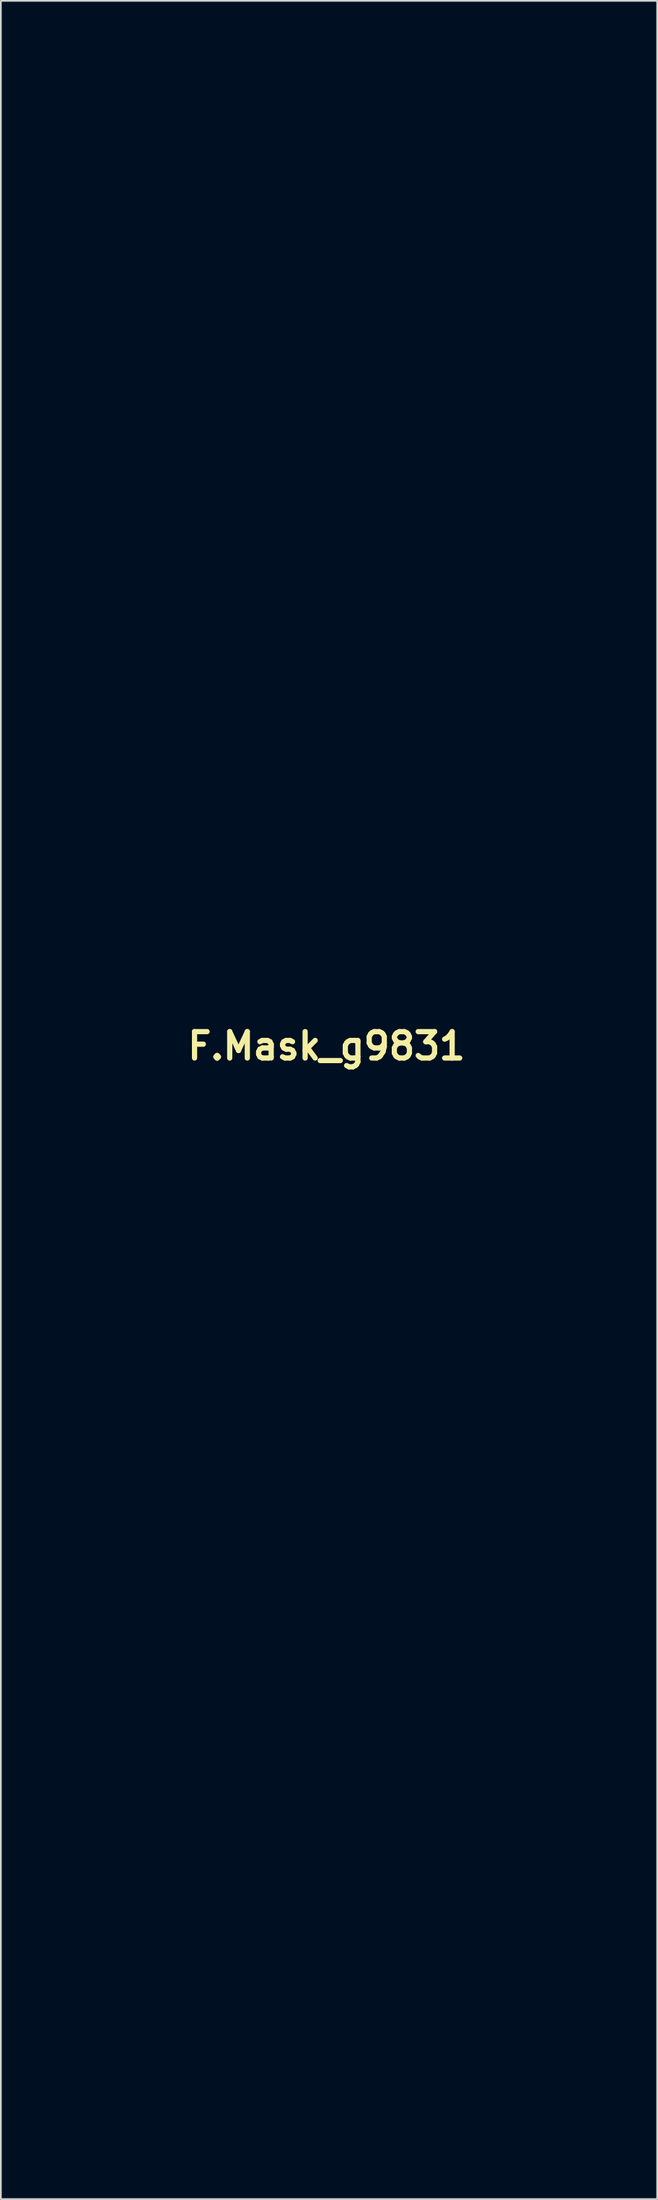
<source format=kicad_pcb>
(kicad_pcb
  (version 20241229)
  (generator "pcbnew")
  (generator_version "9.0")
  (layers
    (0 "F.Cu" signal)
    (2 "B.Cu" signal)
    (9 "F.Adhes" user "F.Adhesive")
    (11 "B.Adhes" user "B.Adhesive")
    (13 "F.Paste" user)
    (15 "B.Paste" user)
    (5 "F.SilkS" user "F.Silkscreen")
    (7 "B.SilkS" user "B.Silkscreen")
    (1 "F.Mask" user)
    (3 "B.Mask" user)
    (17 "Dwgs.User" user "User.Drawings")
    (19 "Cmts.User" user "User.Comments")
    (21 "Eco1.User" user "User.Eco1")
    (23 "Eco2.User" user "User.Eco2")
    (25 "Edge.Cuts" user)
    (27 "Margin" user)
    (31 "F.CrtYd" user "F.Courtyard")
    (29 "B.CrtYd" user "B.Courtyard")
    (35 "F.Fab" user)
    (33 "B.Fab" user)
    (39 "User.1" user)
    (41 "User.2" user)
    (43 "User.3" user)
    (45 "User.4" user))
  (footprint "F.Mask_g9831"
    (layer "F.Cu")
    (at 15.804 57.295)
    (property "Reference" "F.Mask_g9831" (at 0 0 0) (layer "F.SilkS") (effects (font (size 1.524 1.524) (thickness 0.3))))
    (attr through_hole)
    (fp_poly (pts (xy -15.177 -14.173) (xy -15.799 -14.173) (xy -15.799 -14.783) (xy -15.177 -14.783) (xy -15.177 -14.173)) (stroke (width 0.01) (type solid)) (fill yes) (layer "F.Mask"))
    (fp_poly (pts (xy -14.567 -54.216) (xy -15.799 -54.216) (xy -15.799 -54.826) (xy -14.567 -54.826) (xy -14.567 -54.216)) (stroke (width 0.01) (type solid)) (fill yes) (layer "F.Mask"))
    (fp_poly (pts (xy -14.567 -23.406) (xy -15.799 -23.406) (xy -15.799 -24.028) (xy -14.567 -24.028) (xy -14.567 -23.406)) (stroke (width 0.01) (type solid)) (fill yes) (layer "F.Mask"))
    (fp_poly (pts (xy -12.103 -54.826) (xy -12.713 -54.826) (xy -12.713 -55.448) (xy -12.103 -55.448) (xy -12.103 -54.826)) (stroke (width 0.01) (type solid)) (fill yes) (layer "F.Mask"))
    (fp_poly (pts (xy -11.481 -54.216) (xy -12.103 -54.216) (xy -12.103 -54.826) (xy -11.481 -54.826) (xy -11.481 -54.216)) (stroke (width 0.01) (type solid)) (fill yes) (layer "F.Mask"))
    (fp_poly (pts (xy -7.76 13.246) (xy -8.509 13.246) (xy -8.509 12.484) (xy -7.76 12.484) (xy -7.76 13.246)) (stroke (width 0.01) (type solid)) (fill yes) (layer "F.Mask"))
    (fp_poly (pts (xy -7.76 14.097) (xy -8.509 14.097) (xy -8.509 13.348) (xy -7.76 13.348) (xy -7.76 14.097)) (stroke (width 0.01) (type solid)) (fill yes) (layer "F.Mask"))
    (fp_poly (pts (xy -7.76 18.39) (xy -8.509 18.39) (xy -8.509 17.628) (xy -7.76 17.628) (xy -7.76 18.39)) (stroke (width 0.01) (type solid)) (fill yes) (layer "F.Mask"))
    (fp_poly (pts (xy -7.76 19.253) (xy -8.509 19.253) (xy -8.509 18.491) (xy -7.76 18.491) (xy -7.76 19.253)) (stroke (width 0.01) (type solid)) (fill yes) (layer "F.Mask"))
    (fp_poly (pts (xy -6.896 14.097) (xy -7.658 14.097) (xy -7.658 13.348) (xy -6.896 13.348) (xy -6.896 14.097)) (stroke (width 0.01) (type solid)) (fill yes) (layer "F.Mask"))
    (fp_poly (pts (xy -6.896 19.241) (xy -7.658 19.241) (xy -7.658 18.491) (xy -6.896 18.491) (xy -6.896 19.241)) (stroke (width 0.01) (type solid)) (fill yes) (layer "F.Mask"))
    (fp_poly (pts (xy -6.896 20.955) (xy -7.658 20.955) (xy -7.658 20.206) (xy -6.896 20.206) (xy -6.896 20.955)) (stroke (width 0.01) (type solid)) (fill yes) (layer "F.Mask"))
    (fp_poly (pts (xy -6.896 22.669) (xy -7.658 22.669) (xy -7.658 21.92) (xy -6.896 21.92) (xy -6.896 22.669)) (stroke (width 0.01) (type solid)) (fill yes) (layer "F.Mask"))
    (fp_poly (pts (xy -6.896 24.384) (xy -7.658 24.384) (xy -7.658 23.635) (xy -6.896 23.635) (xy -6.896 24.384)) (stroke (width 0.01) (type solid)) (fill yes) (layer "F.Mask"))
    (fp_poly (pts (xy -6.045 8.954) (xy -6.795 8.954) (xy -6.795 8.204) (xy -6.045 8.204) (xy -6.045 8.954)) (stroke (width 0.01) (type solid)) (fill yes) (layer "F.Mask"))
    (fp_poly (pts (xy -6.045 13.246) (xy -6.795 13.246) (xy -6.795 12.484) (xy -6.045 12.484) (xy -6.045 13.246)) (stroke (width 0.01) (type solid)) (fill yes) (layer "F.Mask"))
    (fp_poly (pts (xy -6.045 14.097) (xy -6.795 14.097) (xy -6.795 13.348) (xy -6.045 13.348) (xy -6.045 14.097)) (stroke (width 0.01) (type solid)) (fill yes) (layer "F.Mask"))
    (fp_poly (pts (xy -6.045 19.253) (xy -6.795 19.253) (xy -6.795 18.491) (xy -6.045 18.491) (xy -6.045 19.253)) (stroke (width 0.01) (type solid)) (fill yes) (layer "F.Mask"))
    (fp_poly (pts (xy -6.045 26.111) (xy -6.795 26.111) (xy -6.795 25.349) (xy -6.045 25.349) (xy -6.045 26.111)) (stroke (width 0.01) (type solid)) (fill yes) (layer "F.Mask"))
    (fp_poly (pts (xy -5.613 18.39) (xy -6.376 18.39) (xy -6.369 17.634) (xy -5.613 17.627) (xy -5.613 18.39)) (stroke (width 0.01) (type solid)) (fill yes) (layer "F.Mask"))
    (fp_poly (pts (xy -5.486 14.961) (xy -6.249 14.961) (xy -6.242 14.205) (xy -5.486 14.198) (xy -5.486 14.961)) (stroke (width 0.01) (type solid)) (fill yes) (layer "F.Mask"))
    (fp_poly (pts (xy -5.486 15.812) (xy -6.248 15.812) (xy -6.248 15.062) (xy -5.486 15.062) (xy -5.486 15.812)) (stroke (width 0.01) (type solid)) (fill yes) (layer "F.Mask"))
    (fp_poly (pts (xy -5.486 16.675) (xy -6.249 16.675) (xy -6.242 15.919) (xy -5.486 15.913) (xy -5.486 16.675)) (stroke (width 0.01) (type solid)) (fill yes) (layer "F.Mask"))
    (fp_poly (pts (xy -5.182 8.954) (xy -5.944 8.954) (xy -5.944 8.204) (xy -5.182 8.204) (xy -5.182 8.954)) (stroke (width 0.01) (type solid)) (fill yes) (layer "F.Mask"))
    (fp_poly (pts (xy -5.182 12.383) (xy -5.944 12.383) (xy -5.944 11.633) (xy -5.182 11.633) (xy -5.182 12.383)) (stroke (width 0.01) (type solid)) (fill yes) (layer "F.Mask"))
    (fp_poly (pts (xy -5.182 14.097) (xy -5.944 14.097) (xy -5.944 13.348) (xy -5.182 13.348) (xy -5.182 14.097)) (stroke (width 0.01) (type solid)) (fill yes) (layer "F.Mask"))
    (fp_poly (pts (xy -4.331 9.817) (xy -5.08 9.817) (xy -5.08 9.055) (xy -4.331 9.055) (xy -4.331 9.817)) (stroke (width 0.01) (type solid)) (fill yes) (layer "F.Mask"))
    (fp_poly (pts (xy -4.331 10.668) (xy -5.08 10.668) (xy -5.08 9.919) (xy -4.331 9.919) (xy -4.331 10.668)) (stroke (width 0.01) (type solid)) (fill yes) (layer "F.Mask"))
    (fp_poly (pts (xy -4.331 11.532) (xy -5.08 11.532) (xy -5.08 10.77) (xy -4.331 10.77) (xy -4.331 11.532)) (stroke (width 0.01) (type solid)) (fill yes) (layer "F.Mask"))
    (fp_poly (pts (xy -4.331 14.097) (xy -5.08 14.097) (xy -5.08 13.348) (xy -4.331 13.348) (xy -4.331 14.097)) (stroke (width 0.01) (type solid)) (fill yes) (layer "F.Mask"))
    (fp_poly (pts (xy -4.331 19.253) (xy -5.08 19.253) (xy -5.08 18.491) (xy -4.331 18.491) (xy -4.331 19.253)) (stroke (width 0.01) (type solid)) (fill yes) (layer "F.Mask"))
    (fp_poly (pts (xy -4.331 26.111) (xy -5.08 26.111) (xy -5.08 25.349) (xy -4.331 25.349) (xy -4.331 26.111)) (stroke (width 0.01) (type solid)) (fill yes) (layer "F.Mask"))
    (fp_poly (pts (xy -3.899 18.39) (xy -4.661 18.39) (xy -4.655 17.634) (xy -3.899 17.627) (xy -3.899 18.39)) (stroke (width 0.01) (type solid)) (fill yes) (layer "F.Mask"))
    (fp_poly (pts (xy -3.772 12.383) (xy -4.534 12.383) (xy -4.534 11.633) (xy -3.772 11.633) (xy -3.772 12.383)) (stroke (width 0.01) (type solid)) (fill yes) (layer "F.Mask"))
    (fp_poly (pts (xy -3.772 13.246) (xy -4.534 13.246) (xy -4.528 12.49) (xy -3.772 12.484) (xy -3.772 13.246)) (stroke (width 0.01) (type solid)) (fill yes) (layer "F.Mask"))
    (fp_poly (pts (xy -3.772 15.812) (xy -4.534 15.812) (xy -4.534 15.062) (xy -3.772 15.062) (xy -3.772 15.812)) (stroke (width 0.01) (type solid)) (fill yes) (layer "F.Mask"))
    (fp_poly (pts (xy -3.772 16.675) (xy -4.534 16.675) (xy -4.528 15.919) (xy -3.772 15.913) (xy -3.772 16.675)) (stroke (width 0.01) (type solid)) (fill yes) (layer "F.Mask"))
    (fp_poly (pts (xy -3.467 9.817) (xy -4.229 9.817) (xy -4.223 9.061) (xy -3.467 9.055) (xy -3.467 9.817)) (stroke (width 0.01) (type solid)) (fill yes) (layer "F.Mask"))
    (fp_poly (pts (xy -3.467 11.532) (xy -4.229 11.532) (xy -4.223 10.776) (xy -3.467 10.769) (xy -3.467 11.532)) (stroke (width 0.01) (type solid)) (fill yes) (layer "F.Mask"))
    (fp_poly (pts (xy -3.467 14.097) (xy -4.229 14.097) (xy -4.229 13.348) (xy -3.467 13.348) (xy -3.467 14.097)) (stroke (width 0.01) (type solid)) (fill yes) (layer "F.Mask"))
    (fp_poly (pts (xy -2.908 15.812) (xy -3.67 15.812) (xy -3.67 15.062) (xy -2.908 15.062) (xy -2.908 15.812)) (stroke (width 0.01) (type solid)) (fill yes) (layer "F.Mask"))
    (fp_poly (pts (xy -2.616 9.817) (xy -3.365 9.817) (xy -3.365 9.055) (xy -2.616 9.055) (xy -2.616 9.817)) (stroke (width 0.01) (type solid)) (fill yes) (layer "F.Mask"))
    (fp_poly (pts (xy -2.616 11.532) (xy -3.365 11.532) (xy -3.365 10.77) (xy -2.616 10.77) (xy -2.616 11.532)) (stroke (width 0.01) (type solid)) (fill yes) (layer "F.Mask"))
    (fp_poly (pts (xy -2.616 14.097) (xy -3.365 14.097) (xy -3.365 13.348) (xy -2.616 13.348) (xy -2.616 14.097)) (stroke (width 0.01) (type solid)) (fill yes) (layer "F.Mask"))
    (fp_poly (pts (xy -2.616 19.241) (xy -3.365 19.241) (xy -3.365 18.491) (xy -2.616 18.491) (xy -2.616 19.241)) (stroke (width 0.01) (type solid)) (fill yes) (layer "F.Mask"))
    (fp_poly (pts (xy -2.616 20.104) (xy -3.365 20.104) (xy -3.365 19.342) (xy -2.616 19.342) (xy -2.616 20.104)) (stroke (width 0.01) (type solid)) (fill yes) (layer "F.Mask"))
    (fp_poly (pts (xy -2.616 20.968) (xy -3.365 20.968) (xy -3.365 20.206) (xy -2.616 20.206) (xy -2.616 20.968)) (stroke (width 0.01) (type solid)) (fill yes) (layer "F.Mask"))
    (fp_poly (pts (xy -2.616 26.111) (xy -3.365 26.111) (xy -3.365 25.349) (xy -2.616 25.349) (xy -2.616 26.111)) (stroke (width 0.01) (type solid)) (fill yes) (layer "F.Mask"))
    (fp_poly (pts (xy -2.261 52.451) (xy -3.023 52.451) (xy -3.023 51.702) (xy -2.261 51.702) (xy -2.261 52.451)) (stroke (width 0.01) (type solid)) (fill yes) (layer "F.Mask"))
    (fp_poly (pts (xy -2.184 18.39) (xy -2.934 18.39) (xy -2.934 17.628) (xy -2.184 17.628) (xy -2.184 18.39)) (stroke (width 0.01) (type solid)) (fill yes) (layer "F.Mask"))
    (fp_poly (pts (xy -2.057 12.383) (xy -2.819 12.383) (xy -2.819 11.633) (xy -2.057 11.633) (xy -2.057 12.383)) (stroke (width 0.01) (type solid)) (fill yes) (layer "F.Mask"))
    (fp_poly (pts (xy -2.057 13.246) (xy -2.82 13.246) (xy -2.813 12.49) (xy -2.057 12.484) (xy -2.057 13.246)) (stroke (width 0.01) (type solid)) (fill yes) (layer "F.Mask"))
    (fp_poly (pts (xy -1.753 9.817) (xy -2.515 9.817) (xy -2.508 9.061) (xy -1.753 9.055) (xy -1.753 9.817)) (stroke (width 0.01) (type solid)) (fill yes) (layer "F.Mask"))
    (fp_poly (pts (xy -1.753 11.532) (xy -2.515 11.532) (xy -2.508 10.776) (xy -1.753 10.769) (xy -1.753 11.532)) (stroke (width 0.01) (type solid)) (fill yes) (layer "F.Mask"))
    (fp_poly (pts (xy -1.753 14.097) (xy -2.515 14.097) (xy -2.515 13.348) (xy -1.753 13.348) (xy -1.753 14.097)) (stroke (width 0.01) (type solid)) (fill yes) (layer "F.Mask"))
    (fp_poly (pts (xy -1.448 24.384) (xy -2.21 24.384) (xy -2.21 23.635) (xy -1.448 23.635) (xy -1.448 24.384)) (stroke (width 0.01) (type solid)) (fill yes) (layer "F.Mask"))
    (fp_poly (pts (xy -0.902 9.817) (xy -1.651 9.817) (xy -1.651 9.055) (xy -0.902 9.055) (xy -0.902 9.817)) (stroke (width 0.01) (type solid)) (fill yes) (layer "F.Mask"))
    (fp_poly (pts (xy -0.902 11.532) (xy -1.651 11.532) (xy -1.651 10.77) (xy -0.902 10.77) (xy -0.902 11.532)) (stroke (width 0.01) (type solid)) (fill yes) (layer "F.Mask"))
    (fp_poly (pts (xy -0.902 14.097) (xy -1.651 14.097) (xy -1.651 13.348) (xy -0.902 13.348) (xy -0.902 14.097)) (stroke (width 0.01) (type solid)) (fill yes) (layer "F.Mask"))
    (fp_poly (pts (xy -0.902 19.253) (xy -1.651 19.253) (xy -1.651 18.491) (xy -0.902 18.491) (xy -0.902 19.253)) (stroke (width 0.01) (type solid)) (fill yes) (layer "F.Mask"))
    (fp_poly (pts (xy -0.902 20.968) (xy -1.651 20.968) (xy -1.651 20.206) (xy -0.902 20.206) (xy -0.902 20.968)) (stroke (width 0.01) (type solid)) (fill yes) (layer "F.Mask"))
    (fp_poly (pts (xy -0.902 26.111) (xy -1.651 26.111) (xy -1.651 25.349) (xy -0.902 25.349) (xy -0.902 26.111)) (stroke (width 0.01) (type solid)) (fill yes) (layer "F.Mask"))
    (fp_poly (pts (xy -0.648 15.812) (xy -1.397 15.812) (xy -1.397 15.062) (xy -0.648 15.062) (xy -0.648 15.812)) (stroke (width 0.01) (type solid)) (fill yes) (layer "F.Mask"))
    (fp_poly (pts (xy -0.648 16.675) (xy -1.397 16.675) (xy -1.397 15.913) (xy -0.648 15.913) (xy -0.648 16.675)) (stroke (width 0.01) (type solid)) (fill yes) (layer "F.Mask"))
    (fp_poly (pts (xy -0.597 22.682) (xy -1.346 22.682) (xy -1.346 21.92) (xy -0.597 21.92) (xy -0.597 22.682)) (stroke (width 0.01) (type solid)) (fill yes) (layer "F.Mask"))
    (fp_poly (pts (xy -0.47 18.39) (xy -1.219 18.39) (xy -1.219 17.628) (xy -0.47 17.628) (xy -0.47 18.39)) (stroke (width 0.01) (type solid)) (fill yes) (layer "F.Mask"))
    (fp_poly (pts (xy -0.343 12.383) (xy -1.105 12.383) (xy -1.105 11.633) (xy -0.343 11.633) (xy -0.343 12.383)) (stroke (width 0.01) (type solid)) (fill yes) (layer "F.Mask"))
    (fp_poly (pts (xy -0.038 9.817) (xy -0.8 9.817) (xy -0.794 9.061) (xy -0.038 9.055) (xy -0.038 9.817)) (stroke (width 0.01) (type solid)) (fill yes) (layer "F.Mask"))
    (fp_poly (pts (xy -0.038 11.532) (xy -0.8 11.532) (xy -0.794 10.776) (xy -0.038 10.769) (xy -0.038 11.532)) (stroke (width 0.01) (type solid)) (fill yes) (layer "F.Mask"))
    (fp_poly (pts (xy -0.038 14.097) (xy -0.8 14.097) (xy -0.8 13.348) (xy -0.038 13.348) (xy -0.038 14.097)) (stroke (width 0.01) (type solid)) (fill yes) (layer "F.Mask"))
    (fp_poly (pts (xy 0.318 51.587) (xy -0.432 51.587) (xy -0.432 50.825) (xy 0.318 50.825) (xy 0.318 51.587)) (stroke (width 0.01) (type solid)) (fill yes) (layer "F.Mask"))
    (fp_poly (pts (xy 0.318 52.451) (xy -0.432 52.451) (xy -0.432 51.702) (xy 0.318 51.702) (xy 0.318 52.451)) (stroke (width 0.01) (type solid)) (fill yes) (layer "F.Mask"))
    (fp_poly (pts (xy 0.813 9.817) (xy 0.064 9.817) (xy 0.064 9.055) (xy 0.813 9.055) (xy 0.813 9.817)) (stroke (width 0.01) (type solid)) (fill yes) (layer "F.Mask"))
    (fp_poly (pts (xy 0.813 11.532) (xy 0.064 11.532) (xy 0.064 10.77) (xy 0.813 10.77) (xy 0.813 11.532)) (stroke (width 0.01) (type solid)) (fill yes) (layer "F.Mask"))
    (fp_poly (pts (xy 0.813 14.097) (xy 0.064 14.097) (xy 0.064 13.348) (xy 0.813 13.348) (xy 0.813 14.097)) (stroke (width 0.01) (type solid)) (fill yes) (layer "F.Mask"))
    (fp_poly (pts (xy 0.813 19.253) (xy 0.064 19.253) (xy 0.064 18.491) (xy 0.813 18.491) (xy 0.813 19.253)) (stroke (width 0.01) (type solid)) (fill yes) (layer "F.Mask"))
    (fp_poly (pts (xy 0.813 20.968) (xy 0.064 20.968) (xy 0.064 20.206) (xy 0.813 20.206) (xy 0.813 20.968)) (stroke (width 0.01) (type solid)) (fill yes) (layer "F.Mask"))
    (fp_poly (pts (xy 0.813 26.111) (xy 0.064 26.111) (xy 0.064 25.349) (xy 0.813 25.349) (xy 0.813 26.111)) (stroke (width 0.01) (type solid)) (fill yes) (layer "F.Mask"))
    (fp_poly (pts (xy 1.067 15.824) (xy 0.318 15.824) (xy 0.318 15.062) (xy 1.067 15.062) (xy 1.067 15.824)) (stroke (width 0.01) (type solid)) (fill yes) (layer "F.Mask"))
    (fp_poly (pts (xy 1.118 22.682) (xy 0.368 22.682) (xy 0.368 21.92) (xy 1.118 21.92) (xy 1.118 22.682)) (stroke (width 0.01) (type solid)) (fill yes) (layer "F.Mask"))
    (fp_poly (pts (xy 1.245 18.39) (xy 0.495 18.39) (xy 0.495 17.628) (xy 1.245 17.628) (xy 1.245 18.39)) (stroke (width 0.01) (type solid)) (fill yes) (layer "F.Mask"))
    (fp_poly (pts (xy 1.372 12.383) (xy 0.622 12.383) (xy 0.622 11.633) (xy 1.372 11.633) (xy 1.372 12.383)) (stroke (width 0.01) (type solid)) (fill yes) (layer "F.Mask"))
    (fp_poly (pts (xy 1.372 13.246) (xy 0.622 13.246) (xy 0.622 12.484) (xy 1.372 12.484) (xy 1.372 13.246)) (stroke (width 0.01) (type solid)) (fill yes) (layer "F.Mask"))
    (fp_poly (pts (xy 1.676 9.817) (xy 0.914 9.817) (xy 0.921 9.061) (xy 1.676 9.055) (xy 1.676 9.817)) (stroke (width 0.01) (type solid)) (fill yes) (layer "F.Mask"))
    (fp_poly (pts (xy 1.676 11.532) (xy 0.914 11.532) (xy 0.921 10.776) (xy 1.676 10.769) (xy 1.676 11.532)) (stroke (width 0.01) (type solid)) (fill yes) (layer "F.Mask"))
    (fp_poly (pts (xy 1.676 14.097) (xy 0.914 14.097) (xy 0.914 13.348) (xy 1.676 13.348) (xy 1.676 14.097)) (stroke (width 0.01) (type solid)) (fill yes) (layer "F.Mask"))
    (fp_poly (pts (xy 1.93 15.812) (xy 1.168 15.812) (xy 1.168 15.062) (xy 1.93 15.062) (xy 1.93 15.812)) (stroke (width 0.01) (type solid)) (fill yes) (layer "F.Mask"))
    (fp_poly (pts (xy 1.93 16.675) (xy 1.168 16.675) (xy 1.175 15.919) (xy 1.93 15.913) (xy 1.93 16.675)) (stroke (width 0.01) (type solid)) (fill yes) (layer "F.Mask"))
    (fp_poly (pts (xy 2.527 9.817) (xy 1.778 9.817) (xy 1.778 9.055) (xy 2.527 9.055) (xy 2.527 9.817)) (stroke (width 0.01) (type solid)) (fill yes) (layer "F.Mask"))
    (fp_poly (pts (xy 2.527 11.532) (xy 1.778 11.532) (xy 1.778 10.77) (xy 2.527 10.77) (xy 2.527 11.532)) (stroke (width 0.01) (type solid)) (fill yes) (layer "F.Mask"))
    (fp_poly (pts (xy 2.527 14.097) (xy 1.778 14.097) (xy 1.778 13.348) (xy 2.527 13.348) (xy 2.527 14.097)) (stroke (width 0.01) (type solid)) (fill yes) (layer "F.Mask"))
    (fp_poly (pts (xy 2.527 19.253) (xy 1.778 19.253) (xy 1.778 18.491) (xy 2.527 18.491) (xy 2.527 19.253)) (stroke (width 0.01) (type solid)) (fill yes) (layer "F.Mask"))
    (fp_poly (pts (xy 2.527 20.968) (xy 1.778 20.968) (xy 1.778 20.206) (xy 2.527 20.206) (xy 2.527 20.968)) (stroke (width 0.01) (type solid)) (fill yes) (layer "F.Mask"))
    (fp_poly (pts (xy 2.527 26.111) (xy 1.778 26.111) (xy 1.778 25.349) (xy 2.527 25.349) (xy 2.527 26.111)) (stroke (width 0.01) (type solid)) (fill yes) (layer "F.Mask"))
    (fp_poly (pts (xy 2.832 23.533) (xy 2.083 23.533) (xy 2.083 22.771) (xy 2.832 22.771) (xy 2.832 23.533)) (stroke (width 0.01) (type solid)) (fill yes) (layer "F.Mask"))
    (fp_poly (pts (xy 2.832 24.384) (xy 2.083 24.384) (xy 2.083 23.635) (xy 2.832 23.635) (xy 2.832 24.384)) (stroke (width 0.01) (type solid)) (fill yes) (layer "F.Mask"))
    (fp_poly (pts (xy 2.832 25.248) (xy 2.083 25.248) (xy 2.083 24.486) (xy 2.832 24.486) (xy 2.832 25.248)) (stroke (width 0.01) (type solid)) (fill yes) (layer "F.Mask"))
    (fp_poly (pts (xy 2.896 50.724) (xy 2.146 50.724) (xy 2.146 49.962) (xy 2.896 49.962) (xy 2.896 50.724)) (stroke (width 0.01) (type solid)) (fill yes) (layer "F.Mask"))
    (fp_poly (pts (xy 2.896 51.587) (xy 2.146 51.587) (xy 2.146 50.825) (xy 2.896 50.825) (xy 2.896 51.587)) (stroke (width 0.01) (type solid)) (fill yes) (layer "F.Mask"))
    (fp_poly (pts (xy 2.896 52.451) (xy 2.146 52.451) (xy 2.146 51.702) (xy 2.896 51.702) (xy 2.896 52.451)) (stroke (width 0.01) (type solid)) (fill yes) (layer "F.Mask"))
    (fp_poly (pts (xy 2.959 18.39) (xy 2.21 18.39) (xy 2.21 17.628) (xy 2.959 17.628) (xy 2.959 18.39)) (stroke (width 0.01) (type solid)) (fill yes) (layer "F.Mask"))
    (fp_poly (pts (xy 3.086 12.383) (xy 2.337 12.383) (xy 2.337 11.633) (xy 3.086 11.633) (xy 3.086 12.383)) (stroke (width 0.01) (type solid)) (fill yes) (layer "F.Mask"))
    (fp_poly (pts (xy 3.086 13.246) (xy 2.337 13.246) (xy 2.337 12.484) (xy 3.086 12.484) (xy 3.086 13.246)) (stroke (width 0.01) (type solid)) (fill yes) (layer "F.Mask"))
    (fp_poly (pts (xy 3.391 9.817) (xy 2.629 9.817) (xy 2.635 9.061) (xy 3.391 9.055) (xy 3.391 9.817)) (stroke (width 0.01) (type solid)) (fill yes) (layer "F.Mask"))
    (fp_poly (pts (xy 3.391 11.532) (xy 2.629 11.532) (xy 2.635 10.776) (xy 3.391 10.769) (xy 3.391 11.532)) (stroke (width 0.01) (type solid)) (fill yes) (layer "F.Mask"))
    (fp_poly (pts (xy 3.391 14.097) (xy 2.629 14.097) (xy 2.629 13.348) (xy 3.391 13.348) (xy 3.391 14.097)) (stroke (width 0.01) (type solid)) (fill yes) (layer "F.Mask"))
    (fp_poly (pts (xy 3.937 15.812) (xy 3.188 15.812) (xy 3.188 15.062) (xy 3.937 15.062) (xy 3.937 15.812)) (stroke (width 0.01) (type solid)) (fill yes) (layer "F.Mask"))
    (fp_poly (pts (xy 3.937 16.675) (xy 3.188 16.675) (xy 3.188 15.913) (xy 3.937 15.913) (xy 3.937 16.675)) (stroke (width 0.01) (type solid)) (fill yes) (layer "F.Mask"))
    (fp_poly (pts (xy 4.242 9.817) (xy 3.493 9.817) (xy 3.493 9.055) (xy 4.242 9.055) (xy 4.242 9.817)) (stroke (width 0.01) (type solid)) (fill yes) (layer "F.Mask"))
    (fp_poly (pts (xy 4.242 11.532) (xy 3.493 11.532) (xy 3.493 10.77) (xy 4.242 10.77) (xy 4.242 11.532)) (stroke (width 0.01) (type solid)) (fill yes) (layer "F.Mask"))
    (fp_poly (pts (xy 4.242 14.097) (xy 3.493 14.097) (xy 3.493 13.348) (xy 4.242 13.348) (xy 4.242 14.097)) (stroke (width 0.01) (type solid)) (fill yes) (layer "F.Mask"))
    (fp_poly (pts (xy 4.242 19.241) (xy 3.493 19.241) (xy 3.493 18.491) (xy 4.242 18.491) (xy 4.242 19.241)) (stroke (width 0.01) (type solid)) (fill yes) (layer "F.Mask"))
    (fp_poly (pts (xy 4.242 26.111) (xy 3.493 26.111) (xy 3.493 25.349) (xy 4.242 25.349) (xy 4.242 26.111)) (stroke (width 0.01) (type solid)) (fill yes) (layer "F.Mask"))
    (fp_poly (pts (xy 4.674 18.39) (xy 3.924 18.39) (xy 3.924 17.628) (xy 4.674 17.628) (xy 4.674 18.39)) (stroke (width 0.01) (type solid)) (fill yes) (layer "F.Mask"))
    (fp_poly (pts (xy 4.801 12.383) (xy 4.051 12.383) (xy 4.051 11.633) (xy 4.801 11.633) (xy 4.801 12.383)) (stroke (width 0.01) (type solid)) (fill yes) (layer "F.Mask"))
    (fp_poly (pts (xy 4.801 13.246) (xy 4.051 13.246) (xy 4.051 12.484) (xy 4.801 12.484) (xy 4.801 13.246)) (stroke (width 0.01) (type solid)) (fill yes) (layer "F.Mask"))
    (fp_poly (pts (xy 4.801 15.812) (xy 4.051 15.812) (xy 4.051 15.062) (xy 4.801 15.062) (xy 4.801 15.812)) (stroke (width 0.01) (type solid)) (fill yes) (layer "F.Mask"))
    (fp_poly (pts (xy 4.801 16.675) (xy 4.051 16.675) (xy 4.051 15.913) (xy 4.801 15.913) (xy 4.801 16.675)) (stroke (width 0.01) (type solid)) (fill yes) (layer "F.Mask"))
    (fp_poly (pts (xy 5.105 9.817) (xy 4.343 9.817) (xy 4.35 9.061) (xy 5.105 9.055) (xy 5.105 9.817)) (stroke (width 0.01) (type solid)) (fill yes) (layer "F.Mask"))
    (fp_poly (pts (xy 5.105 10.668) (xy 4.343 10.668) (xy 4.343 9.919) (xy 5.105 9.919) (xy 5.105 10.668)) (stroke (width 0.01) (type solid)) (fill yes) (layer "F.Mask"))
    (fp_poly (pts (xy 5.105 11.532) (xy 4.343 11.532) (xy 4.35 10.776) (xy 5.105 10.769) (xy 5.105 11.532)) (stroke (width 0.01) (type solid)) (fill yes) (layer "F.Mask"))
    (fp_poly (pts (xy 5.105 14.097) (xy 4.343 14.097) (xy 4.343 13.348) (xy 5.105 13.348) (xy 5.105 14.097)) (stroke (width 0.01) (type solid)) (fill yes) (layer "F.Mask"))
    (fp_poly (pts (xy 5.956 8.954) (xy 5.207 8.954) (xy 5.207 8.204) (xy 5.956 8.204) (xy 5.956 8.954)) (stroke (width 0.01) (type solid)) (fill yes) (layer "F.Mask"))
    (fp_poly (pts (xy 5.956 14.097) (xy 5.207 14.097) (xy 5.207 13.348) (xy 5.956 13.348) (xy 5.956 14.097)) (stroke (width 0.01) (type solid)) (fill yes) (layer "F.Mask"))
    (fp_poly (pts (xy 5.956 19.253) (xy 5.207 19.253) (xy 5.207 18.491) (xy 5.956 18.491) (xy 5.956 19.253)) (stroke (width 0.01) (type solid)) (fill yes) (layer "F.Mask"))
    (fp_poly (pts (xy 5.956 26.111) (xy 5.207 26.111) (xy 5.207 25.349) (xy 5.956 25.349) (xy 5.956 26.111)) (stroke (width 0.01) (type solid)) (fill yes) (layer "F.Mask"))
    (fp_poly (pts (xy 5.969 12.383) (xy 5.207 12.383) (xy 5.207 11.633) (xy 5.969 11.633) (xy 5.969 12.383)) (stroke (width 0.01) (type solid)) (fill yes) (layer "F.Mask"))
    (fp_poly (pts (xy 6.388 18.39) (xy 5.639 18.39) (xy 5.639 17.628) (xy 6.388 17.628) (xy 6.388 18.39)) (stroke (width 0.01) (type solid)) (fill yes) (layer "F.Mask"))
    (fp_poly (pts (xy 6.515 14.961) (xy 5.766 14.961) (xy 5.766 14.199) (xy 6.515 14.199) (xy 6.515 14.961)) (stroke (width 0.01) (type solid)) (fill yes) (layer "F.Mask"))
    (fp_poly (pts (xy 6.515 15.812) (xy 5.766 15.812) (xy 5.766 15.062) (xy 6.515 15.062) (xy 6.515 15.812)) (stroke (width 0.01) (type solid)) (fill yes) (layer "F.Mask"))
    (fp_poly (pts (xy 6.515 16.675) (xy 5.766 16.675) (xy 5.766 15.913) (xy 6.515 15.913) (xy 6.515 16.675)) (stroke (width 0.01) (type solid)) (fill yes) (layer "F.Mask"))
    (fp_poly (pts (xy 6.82 8.954) (xy 6.058 8.954) (xy 6.058 8.204) (xy 6.82 8.204) (xy 6.82 8.954)) (stroke (width 0.01) (type solid)) (fill yes) (layer "F.Mask"))
    (fp_poly (pts (xy 6.82 13.246) (xy 6.058 13.246) (xy 6.064 12.49) (xy 6.82 12.484) (xy 6.82 13.246)) (stroke (width 0.01) (type solid)) (fill yes) (layer "F.Mask"))
    (fp_poly (pts (xy 6.82 14.097) (xy 6.058 14.097) (xy 6.058 13.348) (xy 6.82 13.348) (xy 6.82 14.097)) (stroke (width 0.01) (type solid)) (fill yes) (layer "F.Mask"))
    (fp_poly (pts (xy 7.671 14.097) (xy 6.921 14.097) (xy 6.921 13.348) (xy 7.671 13.348) (xy 7.671 14.097)) (stroke (width 0.01) (type solid)) (fill yes) (layer "F.Mask"))
    (fp_poly (pts (xy 7.671 19.241) (xy 6.921 19.241) (xy 6.921 18.491) (xy 7.671 18.491) (xy 7.671 19.241)) (stroke (width 0.01) (type solid)) (fill yes) (layer "F.Mask"))
    (fp_poly (pts (xy 7.684 20.955) (xy 6.921 20.955) (xy 6.921 20.206) (xy 7.684 20.206) (xy 7.684 20.955)) (stroke (width 0.01) (type solid)) (fill yes) (layer "F.Mask"))
    (fp_poly (pts (xy 7.684 22.669) (xy 6.921 22.669) (xy 6.921 21.92) (xy 7.684 21.92) (xy 7.684 22.669)) (stroke (width 0.01) (type solid)) (fill yes) (layer "F.Mask"))
    (fp_poly (pts (xy 7.684 24.384) (xy 6.921 24.384) (xy 6.921 23.635) (xy 7.684 23.635) (xy 7.684 24.384)) (stroke (width 0.01) (type solid)) (fill yes) (layer "F.Mask"))
    (fp_poly (pts (xy 8.319 40.069) (xy 7.556 40.069) (xy 7.563 39.313) (xy 8.319 39.306) (xy 8.319 40.069)) (stroke (width 0.01) (type solid)) (fill yes) (layer "F.Mask"))
    (fp_poly (pts (xy 8.369 53.391) (xy 7.607 53.391) (xy 7.607 52.642) (xy 8.369 52.642) (xy 8.369 53.391)) (stroke (width 0.01) (type solid)) (fill yes) (layer "F.Mask"))
    (fp_poly (pts (xy 8.534 13.246) (xy 7.772 13.246) (xy 7.779 12.49) (xy 8.534 12.484) (xy 8.534 13.246)) (stroke (width 0.01) (type solid)) (fill yes) (layer "F.Mask"))
    (fp_poly (pts (xy 8.534 14.097) (xy 7.772 14.097) (xy 7.772 13.348) (xy 8.534 13.348) (xy 8.534 14.097)) (stroke (width 0.01) (type solid)) (fill yes) (layer "F.Mask"))
    (fp_poly (pts (xy 8.534 18.39) (xy 7.772 18.39) (xy 7.779 17.634) (xy 8.534 17.627) (xy 8.534 18.39)) (stroke (width 0.01) (type solid)) (fill yes) (layer "F.Mask"))
    (fp_poly (pts (xy 9.182 40.056) (xy 8.42 40.056) (xy 8.42 39.306) (xy 9.182 39.306) (xy 9.182 40.056)) (stroke (width 0.01) (type solid)) (fill yes) (layer "F.Mask"))
    (fp_poly (pts (xy 10.046 37.465) (xy 9.296 37.465) (xy 9.296 36.703) (xy 10.046 36.703) (xy 10.046 37.465)) (stroke (width 0.01) (type solid)) (fill yes) (layer "F.Mask"))
    (fp_poly (pts (xy 10.046 38.329) (xy 9.296 38.329) (xy 9.296 37.567) (xy 10.046 37.567) (xy 10.046 38.329)) (stroke (width 0.01) (type solid)) (fill yes) (layer "F.Mask"))
    (fp_poly (pts (xy 10.046 39.205) (xy 9.296 39.205) (xy 9.296 38.443) (xy 10.046 38.443) (xy 10.046 39.205)) (stroke (width 0.01) (type solid)) (fill yes) (layer "F.Mask"))
    (fp_poly (pts (xy 10.046 40.056) (xy 9.296 40.056) (xy 9.296 39.306) (xy 10.046 39.306) (xy 10.046 40.056)) (stroke (width 0.01) (type solid)) (fill yes) (layer "F.Mask"))
    (fp_poly (pts (xy 10.071 51.664) (xy 9.309 51.664) (xy 9.309 50.902) (xy 10.071 50.902) (xy 10.071 51.664)) (stroke (width 0.01) (type solid)) (fill yes) (layer "F.Mask"))
    (fp_poly (pts (xy 10.909 40.056) (xy 10.147 40.056) (xy 10.147 39.306) (xy 10.909 39.306) (xy 10.909 40.056)) (stroke (width 0.01) (type solid)) (fill yes) (layer "F.Mask"))
    (fp_poly (pts (xy 10.922 50.8) (xy 10.16 50.8) (xy 10.16 50.038) (xy 10.922 50.038) (xy 10.922 50.8)) (stroke (width 0.01) (type solid)) (fill yes) (layer "F.Mask"))
    (fp_poly (pts (xy 11.773 40.056) (xy 11.024 40.056) (xy 11.024 39.306) (xy 11.773 39.306) (xy 11.773 40.056)) (stroke (width 0.01) (type solid)) (fill yes) (layer "F.Mask"))
    (fp_poly (pts (xy 11.786 51.664) (xy 11.036 51.664) (xy 11.036 50.902) (xy 11.786 50.902) (xy 11.786 51.664)) (stroke (width 0.01) (type solid)) (fill yes) (layer "F.Mask"))
    (fp_poly (pts (xy 12.624 37.465) (xy 11.874 37.465) (xy 11.874 36.703) (xy 12.624 36.703) (xy 12.624 37.465)) (stroke (width 0.01) (type solid)) (fill yes) (layer "F.Mask"))
    (fp_poly (pts (xy 12.624 38.329) (xy 11.874 38.329) (xy 11.874 37.567) (xy 12.624 37.567) (xy 12.624 38.329)) (stroke (width 0.01) (type solid)) (fill yes) (layer "F.Mask"))
    (fp_poly (pts (xy 12.624 39.205) (xy 11.874 39.205) (xy 11.874 38.443) (xy 12.624 38.443) (xy 12.624 39.205)) (stroke (width 0.01) (type solid)) (fill yes) (layer "F.Mask"))
    (fp_poly (pts (xy 12.636 40.056) (xy 11.887 40.056) (xy 11.887 39.306) (xy 12.636 39.306) (xy 12.636 40.056)) (stroke (width 0.01) (type solid)) (fill yes) (layer "F.Mask"))
    (fp_poly (pts (xy 13.475 53.391) (xy 12.713 53.391) (xy 12.713 52.642) (xy 13.475 52.642) (xy 13.475 53.391)) (stroke (width 0.01) (type solid)) (fill yes) (layer "F.Mask"))
    (fp_poly (pts (xy 13.5 40.056) (xy 12.751 40.056) (xy 12.751 39.306) (xy 13.5 39.306) (xy 13.5 40.056)) (stroke (width 0.01) (type solid)) (fill yes) (layer "F.Mask"))
    (fp_poly (pts (xy 14.351 52.54) (xy 13.602 52.54) (xy 13.602 51.778) (xy 14.351 51.778) (xy 14.351 52.54)) (stroke (width 0.01) (type solid)) (fill yes) (layer "F.Mask"))
    (fp_poly (pts (xy 14.364 40.056) (xy 13.602 40.056) (xy 13.602 39.306) (xy 14.364 39.306) (xy 14.364 40.056)) (stroke (width 0.01) (type solid)) (fill yes) (layer "F.Mask"))
    (fp_poly (pts (xy 15.202 37.465) (xy 14.453 37.465) (xy 14.453 36.703) (xy 15.202 36.703) (xy 15.202 37.465)) (stroke (width 0.01) (type solid)) (fill yes) (layer "F.Mask"))
    (fp_poly (pts (xy 15.202 38.329) (xy 14.453 38.329) (xy 14.453 37.567) (xy 15.202 37.567) (xy 15.202 38.329)) (stroke (width 0.01) (type solid)) (fill yes) (layer "F.Mask"))
    (fp_poly (pts (xy 15.202 39.205) (xy 14.453 39.205) (xy 14.453 38.443) (xy 15.202 38.443) (xy 15.202 39.205)) (stroke (width 0.01) (type solid)) (fill yes) (layer "F.Mask"))
    (fp_poly (pts (xy 15.227 40.056) (xy 14.465 40.056) (xy 14.465 39.306) (xy 15.227 39.306) (xy 15.227 40.056)) (stroke (width 0.01) (type solid)) (fill yes) (layer "F.Mask"))
    (fp_poly (pts (xy 15.24 51.664) (xy 14.491 51.664) (xy 14.491 50.914) (xy 15.24 50.914) (xy 15.24 51.664)) (stroke (width 0.01) (type solid)) (fill yes) (layer "F.Mask"))
    (fp_poly (pts (xy 16.091 40.056) (xy 15.329 40.056) (xy 15.329 39.306) (xy 16.091 39.306) (xy 16.091 40.056)) (stroke (width 0.01) (type solid)) (fill yes) (layer "F.Mask"))
    (fp_poly (pts (xy -6.899 19.726) (xy -6.896 20.104) (xy -7.658 20.104) (xy -7.652 19.348) (xy -6.902 19.348) (xy -6.899 19.726)) (stroke (width 0.01) (type solid)) (fill yes) (layer "F.Mask"))
    (fp_poly (pts (xy -6.899 21.441) (xy -6.896 21.819) (xy -7.658 21.819) (xy -7.652 21.063) (xy -6.902 21.063) (xy -6.899 21.441)) (stroke (width 0.01) (type solid)) (fill yes) (layer "F.Mask"))
    (fp_poly (pts (xy -6.899 23.155) (xy -6.896 23.533) (xy -7.658 23.533) (xy -7.652 22.777) (xy -6.902 22.777) (xy -6.899 23.155)) (stroke (width 0.01) (type solid)) (fill yes) (layer "F.Mask"))
    (fp_poly (pts (xy -6.899 24.87) (xy -6.896 25.248) (xy -7.658 25.248) (xy -7.652 24.492) (xy -6.902 24.492) (xy -6.899 24.87)) (stroke (width 0.01) (type solid)) (fill yes) (layer "F.Mask"))
    (fp_poly (pts (xy -5.185 9.439) (xy -5.181 9.817) (xy -5.944 9.817) (xy -5.937 9.061) (xy -5.188 9.061) (xy -5.185 9.439)) (stroke (width 0.01) (type solid)) (fill yes) (layer "F.Mask"))
    (fp_poly (pts (xy -2.915 15.919) (xy -2.911 16.297) (xy -2.908 16.675) (xy -3.67 16.675) (xy -3.67 15.913) (xy -2.915 15.919)) (stroke (width 0.01) (type solid)) (fill yes) (layer "F.Mask"))
    (fp_poly (pts (xy -1.454 22.777) (xy -1.451 23.155) (xy -1.447 23.533) (xy -2.21 23.533) (xy -2.21 22.771) (xy -1.454 22.777)) (stroke (width 0.01) (type solid)) (fill yes) (layer "F.Mask"))
    (fp_poly (pts (xy -1.454 24.492) (xy -1.451 24.87) (xy -1.447 25.248) (xy -2.21 25.248) (xy -2.21 24.485) (xy -1.454 24.492)) (stroke (width 0.01) (type solid)) (fill yes) (layer "F.Mask"))
    (fp_poly (pts (xy 0.315 52.937) (xy 0.318 53.315) (xy -0.445 53.315) (xy -0.438 52.559) (xy 0.311 52.559) (xy 0.315 52.937)) (stroke (width 0.01) (type solid)) (fill yes) (layer "F.Mask"))
    (fp_poly (pts (xy 4.248 19.348) (xy 4.252 19.726) (xy 4.255 20.104) (xy 3.493 20.104) (xy 3.493 19.342) (xy 4.248 19.348)) (stroke (width 0.01) (type solid)) (fill yes) (layer "F.Mask"))
    (fp_poly (pts (xy 5.963 9.061) (xy 5.966 9.439) (xy 5.969 9.817) (xy 5.207 9.817) (xy 5.207 9.055) (xy 5.963 9.061)) (stroke (width 0.01) (type solid)) (fill yes) (layer "F.Mask"))
    (fp_poly (pts (xy 7.677 19.348) (xy 7.681 19.726) (xy 7.684 20.104) (xy 6.921 20.104) (xy 6.921 19.342) (xy 7.677 19.348)) (stroke (width 0.01) (type solid)) (fill yes) (layer "F.Mask"))
    (fp_poly (pts (xy 7.677 21.063) (xy 7.681 21.441) (xy 7.684 21.819) (xy 6.921 21.819) (xy 6.921 21.056) (xy 7.677 21.063)) (stroke (width 0.01) (type solid)) (fill yes) (layer "F.Mask"))
    (fp_poly (pts (xy 7.677 22.777) (xy 7.681 23.155) (xy 7.684 23.533) (xy 6.921 23.533) (xy 6.921 22.771) (xy 7.677 22.777)) (stroke (width 0.01) (type solid)) (fill yes) (layer "F.Mask"))
    (fp_poly (pts (xy 7.677 24.492) (xy 7.681 24.87) (xy 7.684 25.248) (xy 6.921 25.248) (xy 6.921 24.485) (xy 7.677 24.492)) (stroke (width 0.01) (type solid)) (fill yes) (layer "F.Mask"))
    (fp_poly (pts (xy 4.252 20.584) (xy 4.248 20.961) (xy 3.87 20.965) (xy 3.493 20.968) (xy 3.493 20.206) (xy 4.255 20.206) (xy 4.252 20.584)) (stroke (width 0.01) (type solid)) (fill yes) (layer "F.Mask"))
    (fp_poly (pts (xy 7.681 17.155) (xy 7.677 17.532) (xy 7.299 17.536) (xy 6.921 17.539) (xy 6.921 16.777) (xy 7.684 16.777) (xy 7.681 17.155)) (stroke (width 0.01) (type solid)) (fill yes) (layer "F.Mask"))
    (fp_poly (pts (xy 7.681 25.727) (xy 7.677 26.105) (xy 7.299 26.108) (xy 6.921 26.112) (xy 6.921 25.349) (xy 7.684 25.349) (xy 7.681 25.727)) (stroke (width 0.01) (type solid)) (fill yes) (layer "F.Mask"))
    (fp_poly (pts (xy -12.103 -36.957) (xy -12.713 -36.957) (xy -12.713 -36.347) (xy -13.335 -36.347) (xy -13.335 -36.957) (xy -15.177 -36.957) (xy -15.177 -37.579) (xy -12.103 -37.579) (xy -12.103 -36.957)) (stroke (width 0.01) (type solid)) (fill yes) (layer "F.Mask"))
    (fp_poly (pts (xy -12.103 -15.406) (xy -11.487 -15.399) (xy -11.484 -15.091) (xy -11.48 -14.783) (xy -12.103 -14.783) (xy -12.103 -15.405) (xy -12.713 -15.405) (xy -12.713 -16.015) (xy -12.103 -16.015) (xy -12.103 -15.406)) (stroke (width 0.01) (type solid)) (fill yes) (layer "F.Mask"))
    (fp_poly (pts (xy 12.876 60.424) (xy 12.878 60.439) (xy 12.873 60.461) (xy 12.857 60.461) (xy 12.84 60.452) (xy 12.827 60.44) (xy 12.837 60.428) (xy 12.84 60.427) (xy 12.865 60.415) (xy 12.876 60.424)) (stroke (width 0.01) (type solid)) (fill yes) (layer "F.Mask"))
    (fp_poly (pts (xy -6.045 17.526) (xy -6.182 17.526) (xy -6.241 17.527) (xy -6.318 17.528) (xy -6.406 17.53) (xy -6.496 17.532) (xy -6.556 17.534) (xy -6.795 17.543) (xy -6.795 16.777) (xy -6.045 16.777) (xy -6.045 17.526)) (stroke (width 0.01) (type solid)) (fill yes) (layer "F.Mask"))
    (fp_poly (pts (xy -4.331 17.526) (xy -4.467 17.526) (xy -4.527 17.527) (xy -4.604 17.528) (xy -4.691 17.53) (xy -4.781 17.532) (xy -4.842 17.534) (xy -5.08 17.543) (xy -5.08 16.777) (xy -4.331 16.777) (xy -4.331 17.526)) (stroke (width 0.01) (type solid)) (fill yes) (layer "F.Mask"))
    (fp_poly (pts (xy -2.616 17.526) (xy -2.753 17.526) (xy -2.812 17.527) (xy -2.889 17.528) (xy -2.977 17.53) (xy -3.067 17.532) (xy -3.127 17.534) (xy -3.365 17.543) (xy -3.365 16.777) (xy -2.616 16.777) (xy -2.616 17.526)) (stroke (width 0.01) (type solid)) (fill yes) (layer "F.Mask"))
    (fp_poly (pts (xy -0.902 17.526) (xy -1.038 17.526) (xy -1.098 17.527) (xy -1.175 17.528) (xy -1.262 17.53) (xy -1.352 17.532) (xy -1.413 17.534) (xy -1.651 17.543) (xy -1.651 16.777) (xy -0.902 16.777) (xy -0.902 17.526)) (stroke (width 0.01) (type solid)) (fill yes) (layer "F.Mask"))
    (fp_poly (pts (xy 0.813 17.526) (xy 0.676 17.526) (xy 0.617 17.527) (xy 0.54 17.528) (xy 0.452 17.53) (xy 0.362 17.532) (xy 0.302 17.534) (xy 0.064 17.543) (xy 0.064 16.777) (xy 0.813 16.777) (xy 0.813 17.526)) (stroke (width 0.01) (type solid)) (fill yes) (layer "F.Mask"))
    (fp_poly (pts (xy 2.527 17.526) (xy 2.391 17.526) (xy 2.331 17.527) (xy 2.254 17.528) (xy 2.167 17.53) (xy 2.077 17.532) (xy 2.016 17.534) (xy 1.778 17.543) (xy 1.778 16.777) (xy 2.527 16.777) (xy 2.527 17.526)) (stroke (width 0.01) (type solid)) (fill yes) (layer "F.Mask"))
    (fp_poly (pts (xy 3.391 17.539) (xy 3.235 17.536) (xy 3.167 17.535) (xy 3.082 17.533) (xy 2.989 17.531) (xy 2.898 17.53) (xy 2.854 17.529) (xy 2.629 17.525) (xy 2.629 16.777) (xy 3.391 16.777) (xy 3.391 17.539)) (stroke (width 0.01) (type solid)) (fill yes) (layer "F.Mask"))
    (fp_poly (pts (xy 4.242 17.526) (xy 4.105 17.526) (xy 4.046 17.527) (xy 3.969 17.528) (xy 3.881 17.53) (xy 3.791 17.532) (xy 3.731 17.534) (xy 3.493 17.543) (xy 3.493 16.777) (xy 4.242 16.777) (xy 4.242 17.526)) (stroke (width 0.01) (type solid)) (fill yes) (layer "F.Mask"))
    (fp_poly (pts (xy 5.105 17.539) (xy 4.95 17.536) (xy 4.882 17.535) (xy 4.797 17.533) (xy 4.704 17.531) (xy 4.612 17.53) (xy 4.569 17.529) (xy 4.343 17.525) (xy 4.343 16.777) (xy 5.105 16.777) (xy 5.105 17.539)) (stroke (width 0.01) (type solid)) (fill yes) (layer "F.Mask"))
    (fp_poly (pts (xy 5.956 17.526) (xy 5.82 17.526) (xy 5.76 17.527) (xy 5.683 17.528) (xy 5.596 17.53) (xy 5.506 17.532) (xy 5.445 17.534) (xy 5.207 17.543) (xy 5.207 16.777) (xy 5.956 16.777) (xy 5.956 17.526)) (stroke (width 0.01) (type solid)) (fill yes) (layer "F.Mask"))
    (fp_poly (pts (xy 6.82 17.539) (xy 6.664 17.536) (xy 6.596 17.535) (xy 6.511 17.533) (xy 6.418 17.531) (xy 6.327 17.53) (xy 6.283 17.529) (xy 6.058 17.525) (xy 6.058 16.777) (xy 6.82 16.777) (xy 6.82 17.539)) (stroke (width 0.01) (type solid)) (fill yes) (layer "F.Mask"))
    (fp_poly (pts (xy -5.185 17.155) (xy -5.188 17.532) (xy -5.347 17.533) (xy -5.417 17.533) (xy -5.504 17.532) (xy -5.597 17.531) (xy -5.689 17.53) (xy -5.725 17.529) (xy -5.944 17.525) (xy -5.944 16.777) (xy -5.181 16.777) (xy -5.185 17.155)) (stroke (width 0.01) (type solid)) (fill yes) (layer "F.Mask"))
    (fp_poly (pts (xy -3.47 17.155) (xy -3.473 17.532) (xy -3.632 17.533) (xy -3.703 17.533) (xy -3.789 17.532) (xy -3.883 17.531) (xy -3.974 17.53) (xy -4.01 17.529) (xy -4.229 17.525) (xy -4.229 16.777) (xy -3.467 16.777) (xy -3.47 17.155)) (stroke (width 0.01) (type solid)) (fill yes) (layer "F.Mask"))
    (fp_poly (pts (xy -1.756 17.155) (xy -1.759 17.532) (xy -1.911 17.533) (xy -1.978 17.533) (xy -2.062 17.532) (xy -2.154 17.531) (xy -2.245 17.53) (xy -2.289 17.529) (xy -2.515 17.525) (xy -2.515 16.777) (xy -1.752 16.777) (xy -1.756 17.155)) (stroke (width 0.01) (type solid)) (fill yes) (layer "F.Mask"))
    (fp_poly (pts (xy -0.041 17.155) (xy -0.044 17.532) (xy -0.197 17.533) (xy -0.264 17.533) (xy -0.348 17.532) (xy -0.439 17.531) (xy -0.531 17.53) (xy -0.575 17.529) (xy -0.8 17.525) (xy -0.8 16.777) (xy -0.038 16.777) (xy -0.041 17.155)) (stroke (width 0.01) (type solid)) (fill yes) (layer "F.Mask"))
    (fp_poly (pts (xy 1.673 17.155) (xy 1.67 17.532) (xy 1.518 17.533) (xy 1.451 17.533) (xy 1.367 17.532) (xy 1.275 17.531) (xy 1.184 17.53) (xy 1.14 17.529) (xy 0.914 17.525) (xy 0.914 16.777) (xy 1.677 16.777) (xy 1.673 17.155)) (stroke (width 0.01) (type solid)) (fill yes) (layer "F.Mask"))
    (fp_poly (pts (xy -14.567 -55.448) (xy -13.945 -55.448) (xy -13.945 -56.68) (xy -15.799 -56.68) (xy -15.799 -57.29) (xy -11.481 -57.29) (xy -11.481 -56.68) (xy -13.335 -56.68) (xy -13.335 -52.984) (xy -13.945 -52.984) (xy -13.945 -54.826) (xy -14.567 -54.826) (xy -14.567 -55.448)) (stroke (width 0.01) (type solid)) (fill yes) (layer "F.Mask"))
    (fp_poly (pts (xy -2.261 50.724) (xy -2.636 50.724) (xy -2.749 50.724) (xy -2.839 50.723) (xy -2.907 50.721) (xy -2.958 50.719) (xy -2.991 50.716) (xy -3.01 50.712) (xy -3.017 50.708) (xy -3.018 50.691) (xy -3.019 50.653) (xy -3.02 50.596) (xy -3.02 50.523) (xy -3.02 50.439) (xy -3.02 50.346) (xy -3.02 50.33) (xy -3.016 49.968) (xy -2.261 49.961) (xy -2.261 50.724)) (stroke (width 0.01) (type solid)) (fill yes) (layer "F.Mask"))
    (fp_poly (pts (xy -2.261 51.587) (xy -2.636 51.587) (xy -2.749 51.587) (xy -2.839 51.586) (xy -2.907 51.585) (xy -2.958 51.583) (xy -2.991 51.58) (xy -3.01 51.576) (xy -3.017 51.571) (xy -3.018 51.555) (xy -3.019 51.516) (xy -3.02 51.459) (xy -3.02 51.387) (xy -3.02 51.303) (xy -3.02 51.21) (xy -3.02 51.194) (xy -3.016 50.832) (xy -2.261 50.825) (xy -2.261 51.587)) (stroke (width 0.01) (type solid)) (fill yes) (layer "F.Mask"))
    (fp_poly (pts (xy -0.343 13.246) (xy -0.718 13.246) (xy -0.831 13.246) (xy -0.921 13.245) (xy -0.99 13.244) (xy -1.04 13.242) (xy -1.073 13.239) (xy -1.092 13.235) (xy -1.099 13.23) (xy -1.101 13.214) (xy -1.102 13.175) (xy -1.102 13.118) (xy -1.103 13.046) (xy -1.103 12.961) (xy -1.102 12.869) (xy -1.102 12.852) (xy -1.099 12.49) (xy -0.343 12.484) (xy -0.343 13.246)) (stroke (width 0.01) (type solid)) (fill yes) (layer "F.Mask"))
    (fp_poly (pts (xy -0.038 20.968) (xy -0.411 20.968) (xy -0.505 20.967) (xy -0.592 20.967) (xy -0.667 20.965) (xy -0.727 20.964) (xy -0.769 20.962) (xy -0.79 20.96) (xy -0.792 20.959) (xy -0.794 20.945) (xy -0.796 20.908) (xy -0.797 20.853) (xy -0.799 20.782) (xy -0.8 20.698) (xy -0.8 20.605) (xy -0.8 20.578) (xy -0.8 20.206) (xy -0.038 20.206) (xy -0.038 20.968)) (stroke (width 0.01) (type solid)) (fill yes) (layer "F.Mask"))
    (fp_poly (pts (xy -0.038 26.111) (xy -0.411 26.111) (xy -0.505 26.111) (xy -0.592 26.11) (xy -0.667 26.109) (xy -0.727 26.107) (xy -0.769 26.105) (xy -0.79 26.103) (xy -0.792 26.103) (xy -0.794 26.088) (xy -0.796 26.052) (xy -0.797 25.996) (xy -0.799 25.925) (xy -0.8 25.842) (xy -0.8 25.749) (xy -0.8 25.722) (xy -0.8 25.349) (xy -0.038 25.349) (xy -0.038 26.111)) (stroke (width 0.01) (type solid)) (fill yes) (layer "F.Mask"))
    (fp_poly (pts (xy 1.676 26.111) (xy 1.304 26.111) (xy 1.209 26.111) (xy 1.123 26.11) (xy 1.048 26.109) (xy 0.987 26.107) (xy 0.945 26.105) (xy 0.924 26.103) (xy 0.923 26.103) (xy 0.921 26.088) (xy 0.919 26.052) (xy 0.917 25.996) (xy 0.916 25.925) (xy 0.915 25.842) (xy 0.914 25.749) (xy 0.914 25.722) (xy 0.914 25.349) (xy 1.676 25.349) (xy 1.676 26.111)) (stroke (width 0.01) (type solid)) (fill yes) (layer "F.Mask"))
    (fp_poly (pts (xy 3.391 19.253) (xy 3.018 19.253) (xy 2.924 19.253) (xy 2.837 19.252) (xy 2.762 19.251) (xy 2.702 19.249) (xy 2.66 19.247) (xy 2.639 19.245) (xy 2.637 19.245) (xy 2.635 19.23) (xy 2.633 19.194) (xy 2.632 19.138) (xy 2.63 19.067) (xy 2.629 18.984) (xy 2.629 18.891) (xy 2.629 18.864) (xy 2.629 18.491) (xy 3.391 18.491) (xy 3.391 19.253)) (stroke (width 0.01) (type solid)) (fill yes) (layer "F.Mask"))
    (fp_poly (pts (xy 3.391 20.968) (xy 3.018 20.968) (xy 2.924 20.967) (xy 2.837 20.967) (xy 2.762 20.965) (xy 2.702 20.964) (xy 2.66 20.962) (xy 2.639 20.96) (xy 2.637 20.959) (xy 2.635 20.945) (xy 2.633 20.908) (xy 2.632 20.853) (xy 2.63 20.782) (xy 2.629 20.698) (xy 2.629 20.605) (xy 2.629 20.578) (xy 2.629 20.206) (xy 3.391 20.206) (xy 3.391 20.968)) (stroke (width 0.01) (type solid)) (fill yes) (layer "F.Mask"))
    (fp_poly (pts (xy 3.391 26.111) (xy 3.018 26.111) (xy 2.924 26.111) (xy 2.837 26.11) (xy 2.762 26.109) (xy 2.702 26.107) (xy 2.66 26.105) (xy 2.639 26.103) (xy 2.637 26.103) (xy 2.635 26.088) (xy 2.633 26.052) (xy 2.632 25.996) (xy 2.63 25.925) (xy 2.629 25.842) (xy 2.629 25.749) (xy 2.629 25.722) (xy 2.629 25.349) (xy 3.391 25.349) (xy 3.391 26.111)) (stroke (width 0.01) (type solid)) (fill yes) (layer "F.Mask"))
    (fp_poly (pts (xy 5.105 19.253) (xy 4.733 19.253) (xy 4.638 19.253) (xy 4.552 19.252) (xy 4.477 19.251) (xy 4.416 19.249) (xy 4.374 19.247) (xy 4.353 19.245) (xy 4.352 19.245) (xy 4.35 19.23) (xy 4.348 19.194) (xy 4.346 19.138) (xy 4.345 19.067) (xy 4.344 18.984) (xy 4.343 18.891) (xy 4.343 18.864) (xy 4.343 18.491) (xy 5.105 18.491) (xy 5.105 19.253)) (stroke (width 0.01) (type solid)) (fill yes) (layer "F.Mask"))
    (fp_poly (pts (xy 5.105 26.111) (xy 4.733 26.111) (xy 4.638 26.111) (xy 4.552 26.11) (xy 4.477 26.109) (xy 4.416 26.107) (xy 4.374 26.105) (xy 4.353 26.103) (xy 4.352 26.103) (xy 4.35 26.088) (xy 4.348 26.052) (xy 4.346 25.996) (xy 4.345 25.925) (xy 4.344 25.842) (xy 4.343 25.749) (xy 4.343 25.722) (xy 4.343 25.349) (xy 5.105 25.349) (xy 5.105 26.111)) (stroke (width 0.01) (type solid)) (fill yes) (layer "F.Mask"))
    (fp_poly (pts (xy 6.82 19.253) (xy 6.447 19.253) (xy 6.353 19.253) (xy 6.266 19.252) (xy 6.191 19.251) (xy 6.131 19.249) (xy 6.089 19.247) (xy 6.068 19.245) (xy 6.066 19.245) (xy 6.064 19.23) (xy 6.062 19.194) (xy 6.061 19.138) (xy 6.059 19.067) (xy 6.058 18.984) (xy 6.058 18.891) (xy 6.058 18.864) (xy 6.058 18.491) (xy 6.82 18.491) (xy 6.82 19.253)) (stroke (width 0.01) (type solid)) (fill yes) (layer "F.Mask"))
    (fp_poly (pts (xy 6.82 26.111) (xy 6.447 26.111) (xy 6.353 26.111) (xy 6.266 26.11) (xy 6.191 26.109) (xy 6.131 26.107) (xy 6.089 26.105) (xy 6.068 26.103) (xy 6.066 26.103) (xy 6.064 26.088) (xy 6.062 26.052) (xy 6.061 25.996) (xy 6.059 25.925) (xy 6.058 25.842) (xy 6.058 25.749) (xy 6.058 25.722) (xy 6.058 25.349) (xy 6.82 25.349) (xy 6.82 26.111)) (stroke (width 0.01) (type solid)) (fill yes) (layer "F.Mask"))
    (fp_poly (pts (xy 8.534 19.253) (xy 8.162 19.253) (xy 8.067 19.253) (xy 7.981 19.252) (xy 7.906 19.251) (xy 7.845 19.249) (xy 7.803 19.247) (xy 7.782 19.245) (xy 7.781 19.245) (xy 7.779 19.23) (xy 7.777 19.194) (xy 7.775 19.138) (xy 7.774 19.067) (xy 7.773 18.984) (xy 7.772 18.891) (xy 7.772 18.864) (xy 7.772 18.491) (xy 8.534 18.491) (xy 8.534 19.253)) (stroke (width 0.01) (type solid)) (fill yes) (layer "F.Mask"))
    (fp_poly (pts (xy 9.233 52.54) (xy 8.86 52.54) (xy 8.766 52.54) (xy 8.679 52.539) (xy 8.604 52.538) (xy 8.544 52.536) (xy 8.502 52.534) (xy 8.481 52.532) (xy 8.479 52.531) (xy 8.477 52.517) (xy 8.475 52.48) (xy 8.474 52.425) (xy 8.472 52.354) (xy 8.471 52.27) (xy 8.471 52.177) (xy 8.471 52.15) (xy 8.471 51.778) (xy 9.233 51.778) (xy 9.233 52.54)) (stroke (width 0.01) (type solid)) (fill yes) (layer "F.Mask"))
    (fp_poly (pts (xy 12.598 52.54) (xy 12.226 52.54) (xy 12.131 52.54) (xy 12.045 52.539) (xy 11.97 52.538) (xy 11.909 52.536) (xy 11.867 52.534) (xy 11.846 52.532) (xy 11.845 52.531) (xy 11.843 52.517) (xy 11.841 52.48) (xy 11.839 52.425) (xy 11.838 52.354) (xy 11.837 52.27) (xy 11.836 52.177) (xy 11.836 52.15) (xy 11.836 51.778) (xy 12.598 51.778) (xy 12.598 52.54)) (stroke (width 0.01) (type solid)) (fill yes) (layer "F.Mask"))
    (fp_poly (pts (xy 16.066 50.8) (xy 15.69 50.8) (xy 15.577 50.8) (xy 15.488 50.799) (xy 15.419 50.798) (xy 15.369 50.795) (xy 15.335 50.792) (xy 15.316 50.789) (xy 15.309 50.784) (xy 15.308 50.768) (xy 15.307 50.729) (xy 15.306 50.672) (xy 15.306 50.6) (xy 15.306 50.515) (xy 15.306 50.423) (xy 15.306 50.406) (xy 15.31 50.044) (xy 16.066 50.038) (xy 16.066 50.8)) (stroke (width 0.01) (type solid)) (fill yes) (layer "F.Mask"))
    (fp_poly (pts (xy -6.899 17.155) (xy -6.902 17.532) (xy -7.272 17.536) (xy -7.366 17.536) (xy -7.452 17.536) (xy -7.527 17.536) (xy -7.586 17.535) (xy -7.628 17.533) (xy -7.648 17.531) (xy -7.649 17.53) (xy -7.652 17.516) (xy -7.654 17.479) (xy -7.655 17.424) (xy -7.657 17.353) (xy -7.658 17.269) (xy -7.658 17.176) (xy -7.658 17.149) (xy -7.658 16.777) (xy -6.896 16.777) (xy -6.899 17.155)) (stroke (width 0.01) (type solid)) (fill yes) (layer "F.Mask"))
    (fp_poly (pts (xy -6.899 25.727) (xy -6.902 26.105) (xy -7.272 26.108) (xy -7.366 26.109) (xy -7.452 26.109) (xy -7.527 26.108) (xy -7.586 26.107) (xy -7.628 26.105) (xy -7.648 26.103) (xy -7.649 26.103) (xy -7.652 26.088) (xy -7.654 26.052) (xy -7.655 25.996) (xy -7.657 25.925) (xy -7.658 25.841) (xy -7.658 25.749) (xy -7.658 25.722) (xy -7.658 25.349) (xy -6.896 25.349) (xy -6.899 25.727)) (stroke (width 0.01) (type solid)) (fill yes) (layer "F.Mask"))
    (fp_poly (pts (xy -5.185 18.869) (xy -5.188 19.247) (xy -5.557 19.25) (xy -5.652 19.251) (xy -5.738 19.251) (xy -5.812 19.25) (xy -5.872 19.249) (xy -5.913 19.247) (xy -5.934 19.245) (xy -5.935 19.245) (xy -5.937 19.23) (xy -5.939 19.194) (xy -5.941 19.138) (xy -5.942 19.067) (xy -5.943 18.983) (xy -5.944 18.891) (xy -5.944 18.864) (xy -5.944 18.491) (xy -5.181 18.491) (xy -5.185 18.869)) (stroke (width 0.01) (type solid)) (fill yes) (layer "F.Mask"))
    (fp_poly (pts (xy -5.185 25.727) (xy -5.188 26.105) (xy -5.557 26.108) (xy -5.652 26.109) (xy -5.738 26.109) (xy -5.812 26.108) (xy -5.872 26.107) (xy -5.913 26.105) (xy -5.934 26.103) (xy -5.935 26.103) (xy -5.937 26.088) (xy -5.939 26.052) (xy -5.941 25.996) (xy -5.942 25.925) (xy -5.943 25.841) (xy -5.944 25.749) (xy -5.944 25.722) (xy -5.944 25.349) (xy -5.181 25.349) (xy -5.185 25.727)) (stroke (width 0.01) (type solid)) (fill yes) (layer "F.Mask"))
    (fp_poly (pts (xy -3.47 18.869) (xy -3.473 19.247) (xy -3.843 19.25) (xy -3.937 19.251) (xy -4.023 19.251) (xy -4.098 19.25) (xy -4.157 19.249) (xy -4.199 19.247) (xy -4.219 19.245) (xy -4.22 19.245) (xy -4.223 19.23) (xy -4.225 19.194) (xy -4.226 19.138) (xy -4.228 19.067) (xy -4.229 18.983) (xy -4.229 18.891) (xy -4.229 18.864) (xy -4.229 18.491) (xy -3.467 18.491) (xy -3.47 18.869)) (stroke (width 0.01) (type solid)) (fill yes) (layer "F.Mask"))
    (fp_poly (pts (xy -3.47 25.727) (xy -3.473 26.105) (xy -3.843 26.108) (xy -3.937 26.109) (xy -4.023 26.109) (xy -4.098 26.108) (xy -4.157 26.107) (xy -4.199 26.105) (xy -4.219 26.103) (xy -4.22 26.103) (xy -4.223 26.088) (xy -4.225 26.052) (xy -4.226 25.996) (xy -4.228 25.925) (xy -4.229 25.841) (xy -4.229 25.749) (xy -4.229 25.722) (xy -4.229 25.349) (xy -3.467 25.349) (xy -3.47 25.727)) (stroke (width 0.01) (type solid)) (fill yes) (layer "F.Mask"))
    (fp_poly (pts (xy -1.756 18.869) (xy -1.759 19.247) (xy -2.128 19.25) (xy -2.223 19.251) (xy -2.309 19.251) (xy -2.383 19.25) (xy -2.443 19.249) (xy -2.484 19.247) (xy -2.505 19.245) (xy -2.506 19.245) (xy -2.508 19.23) (xy -2.51 19.194) (xy -2.512 19.138) (xy -2.513 19.067) (xy -2.514 18.983) (xy -2.515 18.891) (xy -2.515 18.864) (xy -2.515 18.491) (xy -1.752 18.491) (xy -1.756 18.869)) (stroke (width 0.01) (type solid)) (fill yes) (layer "F.Mask"))
    (fp_poly (pts (xy -1.756 20.584) (xy -1.759 20.961) (xy -2.128 20.965) (xy -2.223 20.965) (xy -2.309 20.965) (xy -2.383 20.965) (xy -2.443 20.964) (xy -2.484 20.962) (xy -2.505 20.96) (xy -2.506 20.959) (xy -2.508 20.945) (xy -2.51 20.908) (xy -2.512 20.853) (xy -2.513 20.782) (xy -2.514 20.698) (xy -2.515 20.605) (xy -2.515 20.578) (xy -2.515 20.206) (xy -1.752 20.206) (xy -1.756 20.584)) (stroke (width 0.01) (type solid)) (fill yes) (layer "F.Mask"))
    (fp_poly (pts (xy -1.756 25.727) (xy -1.759 26.105) (xy -2.128 26.108) (xy -2.223 26.109) (xy -2.309 26.109) (xy -2.383 26.108) (xy -2.443 26.107) (xy -2.484 26.105) (xy -2.505 26.103) (xy -2.506 26.103) (xy -2.508 26.088) (xy -2.51 26.052) (xy -2.512 25.996) (xy -2.513 25.925) (xy -2.514 25.841) (xy -2.515 25.749) (xy -2.515 25.722) (xy -2.515 25.349) (xy -1.752 25.349) (xy -1.756 25.727)) (stroke (width 0.01) (type solid)) (fill yes) (layer "F.Mask"))
    (fp_poly (pts (xy -0.041 18.869) (xy -0.044 19.247) (xy -0.414 19.25) (xy -0.508 19.251) (xy -0.594 19.251) (xy -0.669 19.25) (xy -0.728 19.249) (xy -0.77 19.247) (xy -0.79 19.245) (xy -0.791 19.245) (xy -0.794 19.23) (xy -0.796 19.194) (xy -0.797 19.138) (xy -0.799 19.067) (xy -0.8 18.983) (xy -0.8 18.891) (xy -0.8 18.864) (xy -0.8 18.491) (xy -0.038 18.491) (xy -0.041 18.869)) (stroke (width 0.01) (type solid)) (fill yes) (layer "F.Mask"))
    (fp_poly (pts (xy 0.213 15.44) (xy 0.21 15.818) (xy -0.16 15.821) (xy -0.254 15.822) (xy -0.34 15.822) (xy -0.415 15.821) (xy -0.474 15.82) (xy -0.516 15.818) (xy -0.536 15.816) (xy -0.537 15.816) (xy -0.54 15.801) (xy -0.542 15.765) (xy -0.543 15.709) (xy -0.545 15.638) (xy -0.546 15.554) (xy -0.546 15.462) (xy -0.546 15.435) (xy -0.546 15.062) (xy 0.216 15.062) (xy 0.213 15.44)) (stroke (width 0.01) (type solid)) (fill yes) (layer "F.Mask"))
    (fp_poly (pts (xy 0.264 22.298) (xy 0.26 22.676) (xy -0.109 22.679) (xy -0.203 22.68) (xy -0.289 22.68) (xy -0.364 22.679) (xy -0.423 22.678) (xy -0.465 22.676) (xy -0.485 22.674) (xy -0.487 22.674) (xy -0.489 22.659) (xy -0.491 22.623) (xy -0.493 22.567) (xy -0.494 22.496) (xy -0.495 22.412) (xy -0.495 22.32) (xy -0.495 22.293) (xy -0.495 21.92) (xy 0.267 21.92) (xy 0.264 22.298)) (stroke (width 0.01) (type solid)) (fill yes) (layer "F.Mask"))
    (fp_poly (pts (xy 1.673 18.869) (xy 1.67 19.247) (xy 1.301 19.25) (xy 1.206 19.251) (xy 1.12 19.251) (xy 1.046 19.25) (xy 0.986 19.249) (xy 0.945 19.247) (xy 0.924 19.245) (xy 0.923 19.245) (xy 0.921 19.23) (xy 0.919 19.194) (xy 0.917 19.138) (xy 0.916 19.067) (xy 0.915 18.983) (xy 0.914 18.891) (xy 0.914 18.864) (xy 0.914 18.491) (xy 1.677 18.491) (xy 1.673 18.869)) (stroke (width 0.01) (type solid)) (fill yes) (layer "F.Mask"))
    (fp_poly (pts (xy 1.673 20.584) (xy 1.67 20.961) (xy 1.301 20.965) (xy 1.206 20.965) (xy 1.12 20.965) (xy 1.046 20.965) (xy 0.986 20.964) (xy 0.945 20.962) (xy 0.924 20.96) (xy 0.923 20.959) (xy 0.921 20.945) (xy 0.919 20.908) (xy 0.917 20.853) (xy 0.916 20.782) (xy 0.915 20.698) (xy 0.914 20.605) (xy 0.914 20.578) (xy 0.914 20.206) (xy 1.677 20.206) (xy 1.673 20.584)) (stroke (width 0.01) (type solid)) (fill yes) (layer "F.Mask"))
    (fp_poly (pts (xy 1.978 22.298) (xy 1.975 22.676) (xy 1.606 22.679) (xy 1.511 22.68) (xy 1.425 22.68) (xy 1.351 22.679) (xy 1.291 22.678) (xy 1.249 22.676) (xy 1.229 22.674) (xy 1.228 22.674) (xy 1.226 22.659) (xy 1.224 22.623) (xy 1.222 22.567) (xy 1.221 22.496) (xy 1.22 22.412) (xy 1.219 22.32) (xy 1.219 22.293) (xy 1.219 21.92) (xy 1.982 21.92) (xy 1.978 22.298)) (stroke (width 0.01) (type solid)) (fill yes) (layer "F.Mask"))
    (fp_poly (pts (xy -11.481 -51.752) (xy -13.335 -51.752) (xy -13.335 -50.521) (xy -12.103 -50.521) (xy -12.103 -49.898) (xy -13.335 -49.898) (xy -13.335 -48.666) (xy -11.481 -48.666) (xy -11.481 -48.057) (xy -15.799 -48.057) (xy -15.799 -48.666) (xy -15.177 -48.666) (xy -15.177 -50.521) (xy -14.567 -50.521) (xy -14.567 -48.666) (xy -13.945 -48.666) (xy -13.945 -51.752) (xy -15.799 -51.752) (xy -15.799 -52.362) (xy -11.481 -52.362) (xy -11.481 -51.752)) (stroke (width 0.01) (type solid)) (fill yes) (layer "F.Mask"))
    (fp_poly (pts (xy -15.177 -16.015) (xy -14.567 -16.015) (xy -14.561 -16.631) (xy -13.945 -16.637) (xy -13.945 -17.247) (xy -14.567 -17.247) (xy -14.561 -17.863) (xy -13.951 -17.863) (xy -13.948 -17.555) (xy -13.944 -17.247) (xy -13.335 -17.247) (xy -13.335 -16.637) (xy -13.945 -16.637) (xy -13.945 -14.173) (xy -12.713 -14.173) (xy -12.713 -14.783) (xy -12.103 -14.783) (xy -12.103 -13.551) (xy -14.567 -13.551) (xy -14.567 -14.783) (xy -15.177 -14.783) (xy -15.177 -16.015)) (stroke (width 0.01) (type solid)) (fill yes) (layer "F.Mask"))
    (fp_poly (pts (xy -13.335 -22.174) (xy -11.481 -22.174) (xy -11.481 -19.71) (xy -13.335 -19.71) (xy -13.335 -18.479) (xy -13.945 -18.479) (xy -13.945 -19.71) (xy -15.799 -19.71) (xy -15.799 -21.565) (xy -15.177 -21.565) (xy -15.177 -20.333) (xy -13.945 -20.333) (xy -13.335 -20.333) (xy -12.103 -20.333) (xy -12.103 -21.565) (xy -13.329 -21.558) (xy -13.335 -20.333) (xy -13.945 -20.333) (xy -13.945 -21.565) (xy -15.177 -21.565) (xy -15.799 -21.565) (xy -15.799 -22.174) (xy -13.945 -22.174) (xy -13.945 -22.797) (xy -13.335 -22.797) (xy -13.335 -22.174)) (stroke (width 0.01) (type solid)) (fill yes) (layer "F.Mask"))
    (fp_poly (pts (xy -13.329 -35.731) (xy -12.405 -35.728) (xy -11.481 -35.725) (xy -11.481 -35.115) (xy -13.335 -35.115) (xy -13.335 -33.261) (xy -13.942 -33.261) (xy -14.064 -33.261) (xy -14.178 -33.262) (xy -14.282 -33.263) (xy -14.373 -33.264) (xy -14.449 -33.265) (xy -14.506 -33.266) (xy -14.544 -33.268) (xy -14.558 -33.27) (xy -14.558 -33.27) (xy -14.561 -33.284) (xy -14.563 -33.321) (xy -14.565 -33.375) (xy -14.566 -33.444) (xy -14.567 -33.524) (xy -14.567 -33.581) (xy -14.567 -33.884) (xy -13.945 -33.884) (xy -13.945 -35.115) (xy -15.799 -35.115) (xy -15.799 -35.725) (xy -14.875 -35.728) (xy -13.951 -35.731) (xy -13.948 -36.039) (xy -13.944 -36.347) (xy -13.335 -36.347) (xy -13.329 -35.731)) (stroke (width 0.01) (type solid)) (fill yes) (layer "F.Mask"))
    (fp_poly (pts (xy -11.481 -28.333) (xy -11.789 -28.337) (xy -12.097 -28.34) (xy -12.103 -30.188) (xy -12.713 -30.188) (xy -12.713 -28.956) (xy -13.335 -28.956) (xy -13.335 -28.334) (xy -13.945 -28.334) (xy -13.945 -28.956) (xy -15.177 -28.956) (xy -15.177 -30.188) (xy -15.799 -30.188) (xy -15.799 -30.797) (xy -15.177 -30.797) (xy -15.177 -30.188) (xy -13.945 -30.188) (xy -13.945 -28.956) (xy -13.335 -28.956) (xy -13.335 -30.188) (xy -13.945 -30.188) (xy -13.945 -30.797) (xy -13.335 -30.797) (xy -13.335 -32.029) (xy -12.713 -32.029) (xy -12.713 -30.797) (xy -12.103 -30.797) (xy -12.103 -32.029) (xy -12.713 -32.029) (xy -13.335 -32.029) (xy -14.567 -32.029) (xy -14.567 -30.797) (xy -15.177 -30.797) (xy -15.177 -32.029) (xy -15.484 -32.032) (xy -15.792 -32.036) (xy -15.799 -32.652) (xy -11.481 -32.652) (xy -11.481 -28.333)) (stroke (width 0.01) (type solid)) (fill yes) (layer "F.Mask"))
    (fp_poly (pts (xy -14.567 -46.825) (xy -13.945 -46.825) (xy -13.945 -47.434) (xy -13.335 -47.434) (xy -13.335 -46.825) (xy -12.713 -46.825) (xy -12.713 -47.434) (xy -12.103 -47.434) (xy -12.103 -46.825) (xy -11.481 -46.825) (xy -11.481 -45.593) (xy -12.103 -45.593) (xy -12.103 -46.203) (xy -12.713 -46.203) (xy -12.713 -44.971) (xy -12.103 -44.971) (xy -12.103 -43.739) (xy -12.713 -43.739) (xy -12.713 -44.362) (xy -13.329 -44.355) (xy -13.335 -43.129) (xy -13.945 -43.129) (xy -13.945 -44.362) (xy -14.561 -44.355) (xy -14.567 -43.739) (xy -15.177 -43.739) (xy -15.177 -44.971) (xy -14.567 -44.971) (xy -14.567 -46.203) (xy -13.945 -46.203) (xy -13.945 -45.593) (xy -13.335 -45.593) (xy -13.335 -46.203) (xy -13.945 -46.203) (xy -14.567 -46.203) (xy -15.177 -46.203) (xy -15.177 -45.593) (xy -15.799 -45.593) (xy -15.799 -46.825) (xy -15.177 -46.825) (xy -15.177 -47.434) (xy -14.567 -47.434) (xy -14.567 -46.825)) (stroke (width 0.01) (type solid)) (fill yes) (layer "F.Mask"))
    (fp_poly (pts (xy -13.329 -27.108) (xy -12.405 -27.105) (xy -11.481 -27.102) (xy -11.481 -25.87) (xy -12.103 -25.87) (xy -12.103 -25.26) (xy -12.713 -25.26) (xy -12.713 -24.028) (xy -12.103 -24.028) (xy -12.103 -24.638) (xy -11.481 -24.638) (xy -11.481 -23.406) (xy -13.335 -23.406) (xy -13.335 -24.638) (xy -13.945 -24.638) (xy -13.945 -24.028) (xy -14.567 -24.028) (xy -14.567 -24.638) (xy -15.799 -24.638) (xy -15.799 -25.26) (xy -15.177 -25.26) (xy -15.177 -25.87) (xy -15.799 -25.87) (xy -15.799 -26.492) (xy -15.177 -26.492) (xy -15.177 -25.87) (xy -14.567 -25.87) (xy -14.567 -25.26) (xy -13.335 -25.26) (xy -13.335 -26.492) (xy -12.713 -26.492) (xy -12.713 -25.87) (xy -12.103 -25.87) (xy -12.103 -26.492) (xy -12.713 -26.492) (xy -13.335 -26.492) (xy -13.945 -26.492) (xy -13.945 -25.87) (xy -14.567 -25.87) (xy -14.567 -26.492) (xy -15.177 -26.492) (xy -15.799 -26.492) (xy -15.799 -27.102) (xy -13.945 -27.102) (xy -13.945 -27.724) (xy -13.335 -27.724) (xy -13.329 -27.108)) (stroke (width 0.01) (type solid)) (fill yes) (layer "F.Mask"))
    (fp_poly (pts (xy -11.481 -41.275) (xy -12.103 -41.275) (xy -12.103 -40.666) (xy -11.487 -40.659) (xy -11.484 -40.047) (xy -11.481 -39.434) (xy -11.789 -39.431) (xy -12.097 -39.427) (xy -12.103 -38.202) (xy -12.713 -38.202) (xy -12.713 -38.811) (xy -14.567 -38.811) (xy -14.567 -38.202) (xy -15.176 -38.202) (xy -15.18 -38.814) (xy -15.183 -39.427) (xy -15.491 -39.431) (xy -15.758 -39.434) (xy -14.567 -39.434) (xy -13.944 -39.434) (xy -13.946 -40.043) (xy -13.335 -40.043) (xy -13.335 -39.434) (xy -12.713 -39.434) (xy -12.713 -40.043) (xy -13.335 -40.043) (xy -13.946 -40.043) (xy -13.949 -41.275) (xy -13.335 -41.275) (xy -12.712 -41.275) (xy -12.716 -41.583) (xy -12.719 -41.891) (xy -13.329 -41.891) (xy -13.335 -41.275) (xy -13.949 -41.275) (xy -13.951 -41.891) (xy -14.561 -41.891) (xy -14.564 -40.662) (xy -14.567 -39.434) (xy -15.758 -39.434) (xy -15.799 -39.434) (xy -15.796 -40.047) (xy -15.792 -40.659) (xy -15.177 -40.666) (xy -15.177 -41.275) (xy -15.799 -41.275) (xy -15.792 -41.891) (xy -15.177 -41.898) (xy -15.177 -42.507) (xy -11.481 -42.507) (xy -11.481 -41.275)) (stroke (width 0.01) (type solid)) (fill yes) (layer "F.Mask"))
    (fp_poly (pts (xy 8.936 61.523) (xy 8.99 61.546) (xy 9.044 61.577) (xy 9.086 61.615) (xy 9.118 61.664) (xy 9.147 61.73) (xy 9.157 61.76) (xy 9.178 61.853) (xy 9.178 61.947) (xy 9.159 62.034) (xy 9.143 62.073) (xy 9.101 62.127) (xy 9.041 62.17) (xy 8.968 62.2) (xy 8.888 62.214) (xy 8.805 62.211) (xy 8.772 62.204) (xy 8.681 62.17) (xy 8.609 62.119) (xy 8.556 62.053) (xy 8.523 61.971) (xy 8.512 61.906) (xy 8.512 61.893) (xy 8.801 61.893) (xy 8.805 61.944) (xy 8.819 61.974) (xy 8.845 61.988) (xy 8.861 61.989) (xy 8.886 61.98) (xy 8.898 61.956) (xy 8.902 61.921) (xy 8.901 61.875) (xy 8.896 61.826) (xy 8.889 61.784) (xy 8.879 61.757) (xy 8.878 61.754) (xy 8.856 61.741) (xy 8.837 61.75) (xy 8.82 61.778) (xy 8.807 61.821) (xy 8.801 61.878) (xy 8.801 61.893) (xy 8.512 61.893) (xy 8.514 61.807) (xy 8.536 61.719) (xy 8.575 61.643) (xy 8.629 61.583) (xy 8.694 61.538) (xy 8.769 61.512) (xy 8.851 61.507) (xy 8.936 61.523)) (stroke (width 0.01) (type solid)) (fill yes) (layer "F.Mask"))
    (fp_poly (pts (xy 12.67 61.523) (xy 12.724 61.546) (xy 12.778 61.578) (xy 12.82 61.615) (xy 12.852 61.664) (xy 12.881 61.731) (xy 12.891 61.76) (xy 12.913 61.855) (xy 12.914 61.945) (xy 12.897 62.026) (xy 12.861 62.096) (xy 12.808 62.151) (xy 12.781 62.168) (xy 12.71 62.197) (xy 12.628 62.212) (xy 12.546 62.211) (xy 12.506 62.204) (xy 12.415 62.17) (xy 12.343 62.119) (xy 12.289 62.053) (xy 12.256 61.971) (xy 12.246 61.906) (xy 12.246 61.893) (xy 12.535 61.893) (xy 12.539 61.944) (xy 12.553 61.974) (xy 12.579 61.988) (xy 12.594 61.989) (xy 12.62 61.98) (xy 12.632 61.956) (xy 12.636 61.921) (xy 12.635 61.875) (xy 12.63 61.826) (xy 12.623 61.784) (xy 12.613 61.757) (xy 12.611 61.754) (xy 12.59 61.741) (xy 12.57 61.75) (xy 12.553 61.778) (xy 12.541 61.821) (xy 12.535 61.878) (xy 12.535 61.893) (xy 12.246 61.893) (xy 12.248 61.807) (xy 12.27 61.719) (xy 12.309 61.643) (xy 12.363 61.583) (xy 12.428 61.538) (xy 12.503 61.512) (xy 12.584 61.507) (xy 12.67 61.523)) (stroke (width 0.01) (type solid)) (fill yes) (layer "F.Mask"))
    (fp_poly (pts (xy 9.831 62.599) (xy 9.929 62.631) (xy 9.938 62.635) (xy 10.012 62.677) (xy 10.069 62.728) (xy 10.115 62.795) (xy 10.149 62.87) (xy 10.183 62.981) (xy 10.197 63.088) (xy 10.192 63.188) (xy 10.168 63.278) (xy 10.127 63.357) (xy 10.069 63.421) (xy 9.996 63.466) (xy 9.939 63.484) (xy 9.866 63.495) (xy 9.786 63.498) (xy 9.708 63.495) (xy 9.64 63.484) (xy 9.618 63.477) (xy 9.523 63.431) (xy 9.444 63.367) (xy 9.384 63.287) (xy 9.353 63.22) (xy 9.336 63.141) (xy 9.336 63.081) (xy 9.702 63.081) (xy 9.704 63.129) (xy 9.715 63.169) (xy 9.717 63.174) (xy 9.744 63.207) (xy 9.775 63.221) (xy 9.805 63.213) (xy 9.816 63.203) (xy 9.83 63.171) (xy 9.837 63.123) (xy 9.838 63.067) (xy 9.833 63.008) (xy 9.823 62.956) (xy 9.808 62.917) (xy 9.797 62.902) (xy 9.775 62.896) (xy 9.754 62.91) (xy 9.734 62.941) (xy 9.718 62.983) (xy 9.707 63.031) (xy 9.702 63.081) (xy 9.336 63.081) (xy 9.335 63.05) (xy 9.348 62.954) (xy 9.375 62.86) (xy 9.413 62.776) (xy 9.422 62.761) (xy 9.482 62.688) (xy 9.557 62.635) (xy 9.642 62.602) (xy 9.735 62.59) (xy 9.831 62.599)) (stroke (width 0.01) (type solid)) (fill yes) (layer "F.Mask"))
    (fp_poly (pts (xy 14.549 62.593) (xy 14.608 62.595) (xy 14.654 62.6) (xy 14.696 62.608) (xy 14.739 62.62) (xy 14.743 62.621) (xy 14.821 62.653) (xy 14.875 62.691) (xy 14.905 62.734) (xy 14.911 62.783) (xy 14.895 62.831) (xy 14.884 62.85) (xy 14.87 62.864) (xy 14.847 62.873) (xy 14.811 62.882) (xy 14.759 62.891) (xy 14.712 62.899) (xy 14.675 62.908) (xy 14.654 62.914) (xy 14.653 62.915) (xy 14.651 62.93) (xy 14.653 62.965) (xy 14.658 63.012) (xy 14.663 63.043) (xy 14.679 63.173) (xy 14.681 63.281) (xy 14.67 63.368) (xy 14.645 63.434) (xy 14.606 63.479) (xy 14.553 63.503) (xy 14.486 63.507) (xy 14.451 63.501) (xy 14.382 63.476) (xy 14.329 63.432) (xy 14.316 63.415) (xy 14.306 63.394) (xy 14.3 63.368) (xy 14.296 63.329) (xy 14.295 63.273) (xy 14.295 63.234) (xy 14.296 63.163) (xy 14.299 63.089) (xy 14.302 63.024) (xy 14.305 62.991) (xy 14.314 62.894) (xy 14.244 62.887) (xy 14.169 62.871) (xy 14.116 62.842) (xy 14.083 62.799) (xy 14.072 62.742) (xy 14.072 62.737) (xy 14.084 62.692) (xy 14.119 62.655) (xy 14.179 62.626) (xy 14.262 62.606) (xy 14.368 62.595) (xy 14.472 62.592) (xy 14.549 62.593)) (stroke (width 0.01) (type solid)) (fill yes) (layer "F.Mask"))
    (fp_poly (pts (xy 9.67 61.507) (xy 9.737 61.531) (xy 9.792 61.569) (xy 9.811 61.587) (xy 9.859 61.652) (xy 9.883 61.717) (xy 9.885 61.782) (xy 9.866 61.842) (xy 9.826 61.895) (xy 9.768 61.939) (xy 9.692 61.97) (xy 9.628 61.983) (xy 9.56 61.992) (xy 9.567 62.055) (xy 9.567 62.116) (xy 9.552 62.162) (xy 9.524 62.191) (xy 9.506 62.198) (xy 9.456 62.207) (xy 9.421 62.21) (xy 9.392 62.208) (xy 9.375 62.204) (xy 9.337 62.191) (xy 9.308 62.169) (xy 9.285 62.135) (xy 9.269 62.087) (xy 9.259 62.022) (xy 9.254 61.937) (xy 9.253 61.83) (xy 9.253 61.824) (xy 9.254 61.731) (xy 9.534 61.731) (xy 9.536 61.773) (xy 9.536 61.777) (xy 9.541 61.825) (xy 9.572 61.796) (xy 9.598 61.769) (xy 9.615 61.744) (xy 9.616 61.744) (xy 9.62 61.713) (xy 9.604 61.685) (xy 9.573 61.669) (xy 9.57 61.668) (xy 9.547 61.668) (xy 9.537 61.684) (xy 9.535 61.695) (xy 9.534 61.731) (xy 9.254 61.731) (xy 9.254 61.726) (xy 9.258 61.651) (xy 9.268 61.595) (xy 9.286 61.556) (xy 9.313 61.529) (xy 9.352 61.513) (xy 9.405 61.503) (xy 9.475 61.498) (xy 9.487 61.497) (xy 9.588 61.496) (xy 9.67 61.507)) (stroke (width 0.01) (type solid)) (fill yes) (layer "F.Mask"))
    (fp_poly (pts (xy 11.617 62.593) (xy 11.657 62.597) (xy 11.692 62.608) (xy 11.734 62.626) (xy 11.768 62.643) (xy 11.835 62.682) (xy 11.886 62.724) (xy 11.926 62.775) (xy 11.959 62.842) (xy 11.982 62.904) (xy 12.01 63.017) (xy 12.019 63.123) (xy 12.007 63.221) (xy 11.977 63.307) (xy 11.928 63.38) (xy 11.863 63.438) (xy 11.793 63.473) (xy 11.723 63.491) (xy 11.639 63.499) (xy 11.553 63.497) (xy 11.473 63.485) (xy 11.451 63.479) (xy 11.356 63.438) (xy 11.278 63.379) (xy 11.217 63.304) (xy 11.175 63.217) (xy 11.154 63.12) (xy 11.154 63.085) (xy 11.526 63.085) (xy 11.526 63.133) (xy 11.531 63.163) (xy 11.541 63.183) (xy 11.555 63.196) (xy 11.589 63.217) (xy 11.615 63.216) (xy 11.639 63.192) (xy 11.651 63.161) (xy 11.657 63.112) (xy 11.657 63.055) (xy 11.652 62.996) (xy 11.641 62.948) (xy 11.624 62.911) (xy 11.604 62.896) (xy 11.583 62.902) (xy 11.562 62.925) (xy 11.544 62.963) (xy 11.531 63.014) (xy 11.526 63.075) (xy 11.526 63.085) (xy 11.154 63.085) (xy 11.155 63.016) (xy 11.168 62.944) (xy 11.206 62.833) (xy 11.258 62.742) (xy 11.325 62.672) (xy 11.402 62.622) (xy 11.444 62.606) (xy 11.49 62.597) (xy 11.549 62.593) (xy 11.565 62.593) (xy 11.617 62.593)) (stroke (width 0.01) (type solid)) (fill yes) (layer "F.Mask"))
    (fp_poly (pts (xy 15.582 61.503) (xy 15.606 61.507) (xy 15.62 61.515) (xy 15.628 61.524) (xy 15.644 61.561) (xy 15.636 61.595) (xy 15.607 61.622) (xy 15.558 61.64) (xy 15.538 61.643) (xy 15.501 61.65) (xy 15.482 61.658) (xy 15.474 61.676) (xy 15.471 61.7) (xy 15.467 61.748) (xy 15.537 61.74) (xy 15.598 61.739) (xy 15.642 61.753) (xy 15.667 61.779) (xy 15.671 61.816) (xy 15.658 61.851) (xy 15.634 61.875) (xy 15.595 61.897) (xy 15.551 61.91) (xy 15.528 61.913) (xy 15.502 61.92) (xy 15.491 61.944) (xy 15.492 61.976) (xy 15.512 61.995) (xy 15.554 62.001) (xy 15.557 62.001) (xy 15.601 62.008) (xy 15.626 62.029) (xy 15.634 62.067) (xy 15.634 62.068) (xy 15.622 62.11) (xy 15.589 62.148) (xy 15.541 62.179) (xy 15.481 62.202) (xy 15.415 62.215) (xy 15.346 62.216) (xy 15.298 62.208) (xy 15.244 62.182) (xy 15.201 62.138) (xy 15.193 62.123) (xy 15.182 62.09) (xy 15.174 62.037) (xy 15.168 61.97) (xy 15.165 61.895) (xy 15.165 61.819) (xy 15.169 61.746) (xy 15.175 61.684) (xy 15.186 61.627) (xy 15.199 61.584) (xy 15.219 61.553) (xy 15.248 61.532) (xy 15.291 61.518) (xy 15.351 61.509) (xy 15.431 61.505) (xy 15.485 61.503) (xy 15.544 61.502) (xy 15.582 61.503)) (stroke (width 0.01) (type solid)) (fill yes) (layer "F.Mask"))
    (fp_poly (pts (xy 10.339 61.5) (xy 10.377 61.518) (xy 10.395 61.549) (xy 10.392 61.585) (xy 10.384 61.6) (xy 10.368 61.619) (xy 10.344 61.632) (xy 10.306 61.641) (xy 10.249 61.65) (xy 10.249 61.65) (xy 10.234 61.664) (xy 10.226 61.7) (xy 10.222 61.748) (xy 10.292 61.74) (xy 10.353 61.739) (xy 10.397 61.753) (xy 10.422 61.779) (xy 10.426 61.816) (xy 10.413 61.851) (xy 10.389 61.875) (xy 10.35 61.897) (xy 10.305 61.91) (xy 10.283 61.913) (xy 10.257 61.92) (xy 10.246 61.944) (xy 10.247 61.976) (xy 10.267 61.995) (xy 10.309 62.001) (xy 10.312 62.001) (xy 10.356 62.008) (xy 10.381 62.029) (xy 10.389 62.067) (xy 10.389 62.068) (xy 10.377 62.109) (xy 10.344 62.148) (xy 10.296 62.18) (xy 10.237 62.204) (xy 10.172 62.215) (xy 10.147 62.216) (xy 10.103 62.214) (xy 10.066 62.21) (xy 10.052 62.207) (xy 10.003 62.183) (xy 9.967 62.147) (xy 9.941 62.096) (xy 9.926 62.027) (xy 9.919 61.937) (xy 9.919 61.898) (xy 9.921 61.797) (xy 9.929 61.709) (xy 9.941 61.635) (xy 9.957 61.58) (xy 9.974 61.55) (xy 9.989 61.537) (xy 10.008 61.527) (xy 10.037 61.519) (xy 10.081 61.513) (xy 10.144 61.506) (xy 10.151 61.506) (xy 10.214 61.501) (xy 10.271 61.498) (xy 10.316 61.498) (xy 10.339 61.5)) (stroke (width 0.01) (type solid)) (fill yes) (layer "F.Mask"))
    (fp_poly (pts (xy 11.952 61.491) (xy 12.028 61.512) (xy 12.091 61.552) (xy 12.092 61.553) (xy 12.126 61.59) (xy 12.139 61.62) (xy 12.131 61.649) (xy 12.11 61.676) (xy 12.079 61.7) (xy 12.04 61.709) (xy 12.027 61.709) (xy 11.992 61.707) (xy 11.973 61.696) (xy 11.963 61.677) (xy 11.944 61.652) (xy 11.92 61.647) (xy 11.899 61.661) (xy 11.89 61.686) (xy 11.89 61.704) (xy 11.898 61.719) (xy 11.918 61.737) (xy 11.954 61.76) (xy 11.985 61.778) (xy 12.057 61.823) (xy 12.109 61.863) (xy 12.142 61.902) (xy 12.162 61.943) (xy 12.167 61.964) (xy 12.17 62.03) (xy 12.152 62.086) (xy 12.112 62.133) (xy 12.049 62.173) (xy 12.002 62.193) (xy 11.923 62.212) (xy 11.833 62.214) (xy 11.755 62.203) (xy 11.688 62.179) (xy 11.638 62.143) (xy 11.609 62.099) (xy 11.608 62.096) (xy 11.599 62.046) (xy 11.609 62.012) (xy 11.636 61.996) (xy 11.679 61.999) (xy 11.707 62.008) (xy 11.752 62.021) (xy 11.794 62.024) (xy 11.828 62.019) (xy 11.845 62.004) (xy 11.846 62.001) (xy 11.836 61.985) (xy 11.805 61.961) (xy 11.764 61.937) (xy 11.688 61.888) (xy 11.636 61.832) (xy 11.606 61.768) (xy 11.599 61.726) (xy 11.603 61.664) (xy 11.63 61.61) (xy 11.68 61.562) (xy 11.71 61.542) (xy 11.788 61.505) (xy 11.871 61.488) (xy 11.952 61.491)) (stroke (width 0.01) (type solid)) (fill yes) (layer "F.Mask"))
    (fp_poly (pts (xy 14.845 61.492) (xy 14.911 61.508) (xy 14.971 61.534) (xy 15.018 61.571) (xy 15.05 61.616) (xy 15.062 61.67) (xy 15.062 61.671) (xy 15.057 61.71) (xy 15.038 61.739) (xy 15.023 61.753) (xy 14.99 61.774) (xy 14.958 61.785) (xy 14.953 61.785) (xy 14.912 61.779) (xy 14.871 61.763) (xy 14.839 61.742) (xy 14.825 61.722) (xy 14.813 61.701) (xy 14.802 61.697) (xy 14.793 61.707) (xy 14.786 61.74) (xy 14.78 61.795) (xy 14.778 61.821) (xy 14.774 61.896) (xy 14.776 61.948) (xy 14.785 61.978) (xy 14.803 61.988) (xy 14.833 61.981) (xy 14.875 61.959) (xy 14.898 61.945) (xy 14.937 61.921) (xy 14.971 61.905) (xy 14.99 61.9) (xy 15.024 61.907) (xy 15.058 61.925) (xy 15.078 61.943) (xy 15.086 61.972) (xy 15.086 62.014) (xy 15.08 62.06) (xy 15.067 62.097) (xy 15.043 62.135) (xy 15.008 62.163) (xy 14.957 62.186) (xy 14.914 62.198) (xy 14.854 62.212) (xy 14.805 62.215) (xy 14.756 62.209) (xy 14.728 62.203) (xy 14.646 62.172) (xy 14.579 62.121) (xy 14.528 62.051) (xy 14.509 62.009) (xy 14.498 61.972) (xy 14.492 61.932) (xy 14.492 61.881) (xy 14.494 61.837) (xy 14.507 61.735) (xy 14.533 61.653) (xy 14.573 61.586) (xy 14.595 61.56) (xy 14.647 61.522) (xy 14.709 61.498) (xy 14.776 61.488) (xy 14.845 61.492)) (stroke (width 0.01) (type solid)) (fill yes) (layer "F.Mask"))
    (fp_poly (pts (xy 13.582 61.511) (xy 13.631 61.543) (xy 13.647 61.558) (xy 13.664 61.577) (xy 13.675 61.595) (xy 13.681 61.618) (xy 13.683 61.653) (xy 13.683 61.705) (xy 13.683 61.72) (xy 13.674 61.836) (xy 13.654 61.942) (xy 13.622 62.035) (xy 13.58 62.111) (xy 13.53 62.168) (xy 13.472 62.203) (xy 13.471 62.204) (xy 13.43 62.212) (xy 13.374 62.216) (xy 13.311 62.215) (xy 13.249 62.209) (xy 13.199 62.199) (xy 13.195 62.198) (xy 13.123 62.165) (xy 13.064 62.115) (xy 13.023 62.054) (xy 13.011 62.024) (xy 12.999 61.964) (xy 12.994 61.893) (xy 12.996 61.816) (xy 13.002 61.74) (xy 13.015 61.672) (xy 13.031 61.616) (xy 13.052 61.579) (xy 13.052 61.579) (xy 13.099 61.542) (xy 13.154 61.522) (xy 13.209 61.522) (xy 13.257 61.541) (xy 13.263 61.545) (xy 13.282 61.564) (xy 13.293 61.589) (xy 13.296 61.623) (xy 13.292 61.672) (xy 13.281 61.739) (xy 13.278 61.756) (xy 13.266 61.824) (xy 13.26 61.872) (xy 13.261 61.904) (xy 13.27 61.926) (xy 13.285 61.942) (xy 13.291 61.945) (xy 13.316 61.959) (xy 13.335 61.957) (xy 13.353 61.946) (xy 13.369 61.933) (xy 13.381 61.915) (xy 13.389 61.888) (xy 13.395 61.848) (xy 13.4 61.789) (xy 13.403 61.735) (xy 13.408 61.678) (xy 13.415 61.625) (xy 13.422 61.585) (xy 13.424 61.579) (xy 13.448 61.534) (xy 13.485 61.507) (xy 13.531 61.499) (xy 13.582 61.511)) (stroke (width 0.01) (type solid)) (fill yes) (layer "F.Mask"))
    (fp_poly (pts (xy 8.93 62.575) (xy 8.985 62.584) (xy 9.043 62.606) (xy 9.101 62.639) (xy 9.15 62.678) (xy 9.182 62.716) (xy 9.205 62.773) (xy 9.206 62.83) (xy 9.188 62.881) (xy 9.151 62.922) (xy 9.111 62.942) (xy 9.056 62.949) (xy 8.999 62.941) (xy 8.946 62.918) (xy 8.906 62.885) (xy 8.889 62.857) (xy 8.877 62.834) (xy 8.867 62.834) (xy 8.858 62.859) (xy 8.851 62.907) (xy 8.845 62.981) (xy 8.843 63.015) (xy 8.84 63.098) (xy 8.842 63.157) (xy 8.849 63.195) (xy 8.865 63.213) (xy 8.891 63.213) (xy 8.93 63.197) (xy 8.983 63.166) (xy 8.999 63.155) (xy 9.068 63.121) (xy 9.128 63.108) (xy 9.178 63.115) (xy 9.215 63.142) (xy 9.237 63.188) (xy 9.242 63.25) (xy 9.239 63.278) (xy 9.22 63.344) (xy 9.184 63.397) (xy 9.128 63.44) (xy 9.1 63.455) (xy 9.059 63.474) (xy 9.022 63.486) (xy 8.98 63.492) (xy 8.924 63.496) (xy 8.903 63.497) (xy 8.838 63.497) (xy 8.79 63.494) (xy 8.751 63.486) (xy 8.719 63.475) (xy 8.656 63.439) (xy 8.593 63.386) (xy 8.54 63.323) (xy 8.507 63.266) (xy 8.493 63.232) (xy 8.484 63.199) (xy 8.48 63.158) (xy 8.478 63.103) (xy 8.477 63.062) (xy 8.485 62.932) (xy 8.509 62.822) (xy 8.549 62.732) (xy 8.604 62.661) (xy 8.676 62.61) (xy 8.679 62.608) (xy 8.727 62.591) (xy 8.792 62.58) (xy 8.862 62.574) (xy 8.93 62.575)) (stroke (width 0.01) (type solid)) (fill yes) (layer "F.Mask"))
    (fp_poly (pts (xy 14.179 61.503) (xy 14.242 61.511) (xy 14.288 61.528) (xy 14.324 61.556) (xy 14.354 61.596) (xy 14.367 61.62) (xy 14.394 61.694) (xy 14.399 61.763) (xy 14.381 61.824) (xy 14.342 61.874) (xy 14.326 61.887) (xy 14.285 61.916) (xy 14.329 61.962) (xy 14.376 62.016) (xy 14.404 62.059) (xy 14.414 62.094) (xy 14.415 62.098) (xy 14.403 62.128) (xy 14.374 62.159) (xy 14.332 62.187) (xy 14.289 62.206) (xy 14.232 62.21) (xy 14.177 62.189) (xy 14.123 62.143) (xy 14.103 62.118) (xy 14.059 62.061) (xy 14.059 62.1) (xy 14.048 62.146) (xy 14.017 62.182) (xy 13.971 62.205) (xy 13.915 62.214) (xy 13.852 62.206) (xy 13.846 62.204) (xy 13.818 62.193) (xy 13.797 62.18) (xy 13.783 62.159) (xy 13.774 62.127) (xy 13.769 62.082) (xy 13.768 62.019) (xy 13.77 61.936) (xy 13.771 61.902) (xy 13.774 61.825) (xy 13.775 61.815) (xy 14.036 61.815) (xy 14.038 61.842) (xy 14.042 61.849) (xy 14.059 61.843) (xy 14.087 61.828) (xy 14.094 61.824) (xy 14.126 61.794) (xy 14.135 61.76) (xy 14.12 61.726) (xy 14.111 61.717) (xy 14.08 61.697) (xy 14.057 61.701) (xy 14.042 61.729) (xy 14.036 61.776) (xy 14.036 61.815) (xy 13.775 61.815) (xy 13.778 61.754) (xy 13.783 61.692) (xy 13.788 61.647) (xy 13.791 61.627) (xy 13.809 61.583) (xy 13.838 61.55) (xy 13.883 61.526) (xy 13.945 61.511) (xy 14.027 61.503) (xy 14.097 61.501) (xy 14.179 61.503)) (stroke (width 0.01) (type solid)) (fill yes) (layer "F.Mask"))
    (fp_poly (pts (xy 10.758 62.577) (xy 10.837 62.594) (xy 10.905 62.627) (xy 10.952 62.663) (xy 11.002 62.718) (xy 11.028 62.775) (xy 11.031 62.83) (xy 11.009 62.882) (xy 10.985 62.91) (xy 10.957 62.933) (xy 10.927 62.944) (xy 10.886 62.947) (xy 10.879 62.947) (xy 10.823 62.939) (xy 10.772 62.92) (xy 10.734 62.893) (xy 10.714 62.861) (xy 10.702 62.844) (xy 10.691 62.842) (xy 10.682 62.855) (xy 10.675 62.888) (xy 10.668 62.943) (xy 10.664 62.998) (xy 10.659 63.084) (xy 10.659 63.147) (xy 10.666 63.188) (xy 10.68 63.209) (xy 10.704 63.213) (xy 10.74 63.2) (xy 10.788 63.174) (xy 10.804 63.164) (xy 10.875 63.126) (xy 10.933 63.107) (xy 10.98 63.108) (xy 11.02 63.128) (xy 11.031 63.137) (xy 11.051 63.164) (xy 11.06 63.196) (xy 11.062 63.233) (xy 11.058 63.28) (xy 11.049 63.325) (xy 11.045 63.339) (xy 11.015 63.385) (xy 10.969 63.43) (xy 10.916 63.464) (xy 10.887 63.475) (xy 10.834 63.486) (xy 10.767 63.493) (xy 10.695 63.495) (xy 10.627 63.493) (xy 10.57 63.486) (xy 10.552 63.481) (xy 10.491 63.451) (xy 10.429 63.401) (xy 10.374 63.34) (xy 10.332 63.271) (xy 10.329 63.265) (xy 10.312 63.225) (xy 10.301 63.19) (xy 10.296 63.151) (xy 10.294 63.1) (xy 10.295 63.068) (xy 10.303 62.943) (xy 10.326 62.837) (xy 10.365 62.746) (xy 10.386 62.713) (xy 10.435 62.654) (xy 10.493 62.613) (xy 10.562 62.587) (xy 10.649 62.576) (xy 10.664 62.575) (xy 10.758 62.577)) (stroke (width 0.01) (type solid)) (fill yes) (layer "F.Mask"))
    (fp_poly (pts (xy 13.858 62.596) (xy 13.914 62.628) (xy 13.962 62.678) (xy 13.978 62.701) (xy 13.988 62.723) (xy 13.993 62.753) (xy 13.995 62.795) (xy 13.995 62.841) (xy 13.992 62.917) (xy 13.983 63.001) (xy 13.971 63.075) (xy 13.942 63.193) (xy 13.908 63.288) (xy 13.868 63.364) (xy 13.82 63.423) (xy 13.764 63.467) (xy 13.758 63.47) (xy 13.725 63.488) (xy 13.693 63.499) (xy 13.653 63.505) (xy 13.599 63.508) (xy 13.583 63.509) (xy 13.52 63.508) (xy 13.46 63.504) (xy 13.412 63.497) (xy 13.405 63.496) (xy 13.306 63.46) (xy 13.226 63.408) (xy 13.167 63.342) (xy 13.128 63.261) (xy 13.124 63.251) (xy 13.115 63.212) (xy 13.11 63.169) (xy 13.107 63.117) (xy 13.108 63.048) (xy 13.11 63.012) (xy 13.116 62.906) (xy 13.128 62.823) (xy 13.144 62.758) (xy 13.167 62.708) (xy 13.198 62.669) (xy 13.211 62.658) (xy 13.262 62.629) (xy 13.319 62.615) (xy 13.377 62.615) (xy 13.429 62.629) (xy 13.471 62.657) (xy 13.493 62.691) (xy 13.496 62.718) (xy 13.494 62.763) (xy 13.485 62.828) (xy 13.476 62.886) (xy 13.461 62.977) (xy 13.453 63.045) (xy 13.452 63.095) (xy 13.457 63.129) (xy 13.47 63.151) (xy 13.489 63.162) (xy 13.536 63.168) (xy 13.574 63.155) (xy 13.599 63.123) (xy 13.599 63.122) (xy 13.606 63.094) (xy 13.613 63.048) (xy 13.618 62.994) (xy 13.62 62.973) (xy 13.628 62.871) (xy 13.637 62.791) (xy 13.648 62.73) (xy 13.662 62.684) (xy 13.68 62.649) (xy 13.698 62.627) (xy 13.746 62.594) (xy 13.801 62.584) (xy 13.858 62.596)) (stroke (width 0.01) (type solid)) (fill yes) (layer "F.Mask"))
    (fp_poly (pts (xy 15.486 62.585) (xy 15.561 62.614) (xy 15.623 62.658) (xy 15.637 62.674) (xy 15.665 62.718) (xy 15.669 62.76) (xy 15.648 62.802) (xy 15.639 62.813) (xy 15.598 62.847) (xy 15.552 62.863) (xy 15.506 62.86) (xy 15.468 62.838) (xy 15.449 62.813) (xy 15.425 62.785) (xy 15.395 62.774) (xy 15.367 62.78) (xy 15.348 62.803) (xy 15.347 62.808) (xy 15.345 62.831) (xy 15.353 62.852) (xy 15.373 62.875) (xy 15.41 62.902) (xy 15.465 62.937) (xy 15.494 62.953) (xy 15.584 63.012) (xy 15.651 63.07) (xy 15.693 63.127) (xy 15.709 63.166) (xy 15.721 63.223) (xy 15.718 63.271) (xy 15.701 63.319) (xy 15.697 63.328) (xy 15.656 63.384) (xy 15.595 63.432) (xy 15.519 63.47) (xy 15.434 63.495) (xy 15.343 63.507) (xy 15.251 63.503) (xy 15.196 63.493) (xy 15.118 63.469) (xy 15.061 63.44) (xy 15.021 63.401) (xy 14.992 63.351) (xy 14.979 63.312) (xy 14.98 63.277) (xy 14.997 63.245) (xy 15.024 63.224) (xy 15.04 63.221) (xy 15.067 63.225) (xy 15.107 63.236) (xy 15.147 63.249) (xy 15.196 63.264) (xy 15.231 63.27) (xy 15.258 63.265) (xy 15.261 63.264) (xy 15.291 63.25) (xy 15.3 63.233) (xy 15.289 63.212) (xy 15.255 63.186) (xy 15.199 63.153) (xy 15.197 63.152) (xy 15.114 63.1) (xy 15.052 63.047) (xy 15.01 62.99) (xy 14.985 62.924) (xy 14.978 62.892) (xy 14.98 62.823) (xy 15.005 62.755) (xy 15.053 62.692) (xy 15.071 62.675) (xy 15.143 62.626) (xy 15.225 62.592) (xy 15.313 62.574) (xy 15.401 62.572) (xy 15.486 62.585)) (stroke (width 0.01) (type solid)) (fill yes) (layer "F.Mask"))
    (fp_poly (pts (xy 11.084 61.507) (xy 11.109 61.517) (xy 11.133 61.533) (xy 11.152 61.555) (xy 11.165 61.585) (xy 11.174 61.627) (xy 11.179 61.685) (xy 11.181 61.762) (xy 11.182 61.836) (xy 11.182 61.918) (xy 11.181 61.978) (xy 11.179 62.022) (xy 11.175 62.055) (xy 11.169 62.08) (xy 11.16 62.103) (xy 11.153 62.118) (xy 11.119 62.168) (xy 11.075 62.196) (xy 11.019 62.203) (xy 10.996 62.201) (xy 10.967 62.195) (xy 10.944 62.184) (xy 10.922 62.165) (xy 10.899 62.133) (xy 10.871 62.085) (xy 10.842 62.03) (xy 10.787 61.925) (xy 10.793 62.007) (xy 10.794 62.073) (xy 10.789 62.12) (xy 10.775 62.155) (xy 10.754 62.179) (xy 10.718 62.198) (xy 10.669 62.204) (xy 10.618 62.197) (xy 10.59 62.186) (xy 10.567 62.169) (xy 10.55 62.147) (xy 10.537 62.115) (xy 10.529 62.07) (xy 10.524 62.009) (xy 10.522 61.927) (xy 10.522 61.874) (xy 10.522 61.795) (xy 10.523 61.737) (xy 10.526 61.695) (xy 10.53 61.665) (xy 10.537 61.643) (xy 10.546 61.624) (xy 10.547 61.622) (xy 10.589 61.568) (xy 10.639 61.536) (xy 10.702 61.525) (xy 10.708 61.525) (xy 10.749 61.527) (xy 10.776 61.537) (xy 10.8 61.558) (xy 10.81 61.57) (xy 10.837 61.609) (xy 10.865 61.656) (xy 10.876 61.678) (xy 10.902 61.735) (xy 10.92 61.772) (xy 10.929 61.788) (xy 10.93 61.786) (xy 10.928 61.78) (xy 10.924 61.755) (xy 10.919 61.714) (xy 10.914 61.664) (xy 10.914 61.659) (xy 10.91 61.61) (xy 10.911 61.578) (xy 10.917 61.558) (xy 10.93 61.542) (xy 10.94 61.533) (xy 10.98 61.51) (xy 11.032 61.501) (xy 11.084 61.507)) (stroke (width 0.01) (type solid)) (fill yes) (layer "F.Mask"))
    (fp_poly (pts (xy 12.873 62.602) (xy 12.92 62.63) (xy 12.945 62.661) (xy 12.963 62.706) (xy 12.976 62.775) (xy 12.986 62.866) (xy 12.991 62.977) (xy 12.992 63.052) (xy 12.99 63.158) (xy 12.983 63.243) (xy 12.971 63.312) (xy 12.954 63.368) (xy 12.937 63.403) (xy 12.905 63.447) (xy 12.863 63.473) (xy 12.806 63.486) (xy 12.767 63.487) (xy 12.729 63.485) (xy 12.698 63.478) (xy 12.671 63.462) (xy 12.644 63.434) (xy 12.615 63.392) (xy 12.58 63.332) (xy 12.547 63.271) (xy 12.52 63.22) (xy 12.498 63.182) (xy 12.483 63.159) (xy 12.479 63.155) (xy 12.479 63.157) (xy 12.486 63.202) (xy 12.488 63.261) (xy 12.485 63.323) (xy 12.477 63.379) (xy 12.467 63.415) (xy 12.436 63.46) (xy 12.389 63.488) (xy 12.332 63.499) (xy 12.272 63.49) (xy 12.243 63.478) (xy 12.207 63.456) (xy 12.18 63.428) (xy 12.159 63.392) (xy 12.144 63.344) (xy 12.134 63.281) (xy 12.13 63.201) (xy 12.129 63.101) (xy 12.131 63.02) (xy 12.134 62.937) (xy 12.137 62.875) (xy 12.141 62.83) (xy 12.147 62.795) (xy 12.156 62.767) (xy 12.163 62.748) (xy 12.204 62.686) (xy 12.26 62.643) (xy 12.33 62.62) (xy 12.371 62.617) (xy 12.416 62.619) (xy 12.446 62.627) (xy 12.472 62.644) (xy 12.484 62.655) (xy 12.517 62.691) (xy 12.548 62.733) (xy 12.578 62.787) (xy 12.613 62.859) (xy 12.621 62.876) (xy 12.639 62.916) (xy 12.652 62.94) (xy 12.657 62.946) (xy 12.657 62.941) (xy 12.644 62.875) (xy 12.635 62.809) (xy 12.63 62.748) (xy 12.63 62.7) (xy 12.635 62.671) (xy 12.663 62.63) (xy 12.708 62.602) (xy 12.761 62.588) (xy 12.818 62.588) (xy 12.873 62.602)) (stroke (width 0.01) (type solid)) (fill yes) (layer "F.Mask"))
    (fp_poly (pts (xy 6.837 -11.86) (xy 7.062 -11.826) (xy 7.284 -11.77) (xy 7.501 -11.69) (xy 7.711 -11.587) (xy 7.779 -11.547) (xy 7.965 -11.421) (xy 8.14 -11.275) (xy 8.298 -11.113) (xy 8.386 -11.007) (xy 8.516 -10.822) (xy 8.626 -10.623) (xy 8.717 -10.416) (xy 8.786 -10.204) (xy 8.813 -10.087) (xy 8.848 -9.852) (xy 8.859 -9.618) (xy 8.845 -9.387) (xy 8.808 -9.161) (xy 8.749 -8.941) (xy 8.668 -8.728) (xy 8.565 -8.525) (xy 8.442 -8.333) (xy 8.3 -8.154) (xy 8.138 -7.989) (xy 7.958 -7.839) (xy 7.76 -7.707) (xy 7.751 -7.701) (xy 7.546 -7.595) (xy 7.331 -7.51) (xy 7.107 -7.448) (xy 6.878 -7.409) (xy 6.647 -7.394) (xy 6.417 -7.403) (xy 6.394 -7.405) (xy 6.183 -7.439) (xy 5.971 -7.493) (xy 5.764 -7.567) (xy 5.567 -7.659) (xy 5.387 -7.765) (xy 5.385 -7.767) (xy 5.194 -7.909) (xy 5.021 -8.068) (xy 4.868 -8.241) (xy 4.735 -8.428) (xy 4.622 -8.626) (xy 4.53 -8.833) (xy 4.46 -9.049) (xy 4.412 -9.271) (xy 4.387 -9.498) (xy 4.386 -9.674) (xy 4.562 -9.674) (xy 4.57 -9.453) (xy 4.602 -9.231) (xy 4.659 -9.01) (xy 4.669 -8.979) (xy 4.75 -8.773) (xy 4.852 -8.579) (xy 4.973 -8.399) (xy 5.111 -8.234) (xy 5.265 -8.084) (xy 5.434 -7.952) (xy 5.615 -7.837) (xy 5.806 -7.742) (xy 6.007 -7.667) (xy 6.215 -7.613) (xy 6.429 -7.581) (xy 6.646 -7.573) (xy 6.809 -7.583) (xy 6.936 -7.598) (xy 7.049 -7.619) (xy 7.162 -7.647) (xy 7.278 -7.683) (xy 7.487 -7.766) (xy 7.683 -7.869) (xy 7.865 -7.993) (xy 8.033 -8.134) (xy 8.184 -8.293) (xy 8.318 -8.467) (xy 8.432 -8.654) (xy 8.527 -8.854) (xy 8.6 -9.064) (xy 8.649 -9.279) (xy 8.667 -9.417) (xy 8.676 -9.569) (xy 8.675 -9.725) (xy 8.665 -9.874) (xy 8.65 -9.982) (xy 8.599 -10.203) (xy 8.525 -10.415) (xy 8.43 -10.614) (xy 8.315 -10.802) (xy 8.181 -10.975) (xy 8.03 -11.133) (xy 7.863 -11.274) (xy 7.681 -11.397) (xy 7.485 -11.501) (xy 7.277 -11.584) (xy 7.059 -11.644) (xy 7.053 -11.646) (xy 6.842 -11.679) (xy 6.626 -11.691) (xy 6.408 -11.68) (xy 6.194 -11.647) (xy 5.989 -11.593) (xy 5.975 -11.589) (xy 5.898 -11.56) (xy 5.809 -11.521) (xy 5.714 -11.476) (xy 5.621 -11.429) (xy 5.539 -11.383) (xy 5.48 -11.347) (xy 5.297 -11.209) (xy 5.133 -11.055) (xy 4.988 -10.887) (xy 4.863 -10.706) (xy 4.76 -10.515) (xy 4.677 -10.314) (xy 4.616 -10.106) (xy 4.578 -9.892) (xy 4.562 -9.674) (xy 4.386 -9.674) (xy 4.385 -9.728) (xy 4.407 -9.961) (xy 4.454 -10.193) (xy 4.469 -10.249) (xy 4.545 -10.47) (xy 4.644 -10.682) (xy 4.764 -10.882) (xy 4.906 -11.069) (xy 5.067 -11.242) (xy 5.143 -11.312) (xy 5.328 -11.458) (xy 5.524 -11.582) (xy 5.729 -11.685) (xy 5.943 -11.765) (xy 6.162 -11.822) (xy 6.385 -11.857) (xy 6.611 -11.87) (xy 6.837 -11.86)) (stroke (width 0.01) (type solid)) (fill yes) (layer "F.Mask"))
    (fp_poly (pts (xy -6.598 -11.866) (xy -6.37 -11.839) (xy -6.145 -11.789) (xy -5.925 -11.715) (xy -5.711 -11.618) (xy -5.506 -11.498) (xy -5.41 -11.432) (xy -5.341 -11.377) (xy -5.263 -11.309) (xy -5.181 -11.231) (xy -5.102 -11.152) (xy -5.032 -11.075) (xy -5.004 -11.043) (xy -4.868 -10.857) (xy -4.753 -10.659) (xy -4.659 -10.451) (xy -4.587 -10.234) (xy -4.538 -10.01) (xy -4.511 -9.783) (xy -4.507 -9.554) (xy -4.526 -9.324) (xy -4.569 -9.098) (xy -4.618 -8.928) (xy -4.703 -8.711) (xy -4.81 -8.506) (xy -4.937 -8.313) (xy -5.082 -8.134) (xy -5.245 -7.97) (xy -5.423 -7.824) (xy -5.615 -7.698) (xy -5.819 -7.592) (xy -5.995 -7.521) (xy -6.187 -7.464) (xy -6.389 -7.423) (xy -6.594 -7.4) (xy -6.796 -7.394) (xy -6.972 -7.405) (xy -7.175 -7.436) (xy -7.366 -7.484) (xy -7.553 -7.549) (xy -7.741 -7.634) (xy -7.948 -7.751) (xy -8.14 -7.887) (xy -8.314 -8.041) (xy -8.47 -8.212) (xy -8.608 -8.399) (xy -8.726 -8.6) (xy -8.824 -8.815) (xy -8.9 -9.042) (xy -8.937 -9.194) (xy -8.949 -9.251) (xy -8.957 -9.301) (xy -8.964 -9.349) (xy -8.968 -9.401) (xy -8.97 -9.462) (xy -8.971 -9.539) (xy -8.971 -9.575) (xy -8.795 -9.575) (xy -8.791 -9.458) (xy -8.783 -9.352) (xy -8.772 -9.277) (xy -8.717 -9.052) (xy -8.641 -8.838) (xy -8.543 -8.637) (xy -8.426 -8.449) (xy -8.291 -8.276) (xy -8.138 -8.12) (xy -7.97 -7.98) (xy -7.787 -7.859) (xy -7.591 -7.757) (xy -7.383 -7.676) (xy -7.163 -7.617) (xy -6.952 -7.582) (xy -6.874 -7.577) (xy -6.779 -7.575) (xy -6.675 -7.577) (xy -6.571 -7.583) (xy -6.474 -7.591) (xy -6.407 -7.6) (xy -6.188 -7.649) (xy -5.979 -7.72) (xy -5.78 -7.812) (xy -5.594 -7.924) (xy -5.42 -8.055) (xy -5.262 -8.202) (xy -5.12 -8.366) (xy -4.995 -8.544) (xy -4.889 -8.735) (xy -4.803 -8.937) (xy -4.739 -9.149) (xy -4.698 -9.367) (xy -4.691 -9.449) (xy -4.688 -9.548) (xy -4.688 -9.657) (xy -4.693 -9.769) (xy -4.7 -9.877) (xy -4.711 -9.974) (xy -4.724 -10.049) (xy -4.784 -10.27) (xy -4.866 -10.48) (xy -4.969 -10.677) (xy -5.091 -10.862) (xy -5.231 -11.031) (xy -5.388 -11.184) (xy -5.56 -11.319) (xy -5.747 -11.436) (xy -5.947 -11.532) (xy -6.158 -11.607) (xy -6.286 -11.641) (xy -6.504 -11.678) (xy -6.725 -11.691) (xy -6.946 -11.681) (xy -7.163 -11.648) (xy -7.373 -11.593) (xy -7.531 -11.534) (xy -7.695 -11.457) (xy -7.842 -11.373) (xy -7.98 -11.275) (xy -8.115 -11.161) (xy -8.199 -11.081) (xy -8.352 -10.912) (xy -8.482 -10.732) (xy -8.59 -10.541) (xy -8.677 -10.336) (xy -8.743 -10.118) (xy -8.766 -10.017) (xy -8.78 -9.925) (xy -8.789 -9.816) (xy -8.795 -9.697) (xy -8.795 -9.575) (xy -8.971 -9.575) (xy -8.972 -9.627) (xy -8.971 -9.724) (xy -8.97 -9.801) (xy -8.968 -9.863) (xy -8.963 -9.917) (xy -8.957 -9.966) (xy -8.948 -10.018) (xy -8.943 -10.044) (xy -8.884 -10.278) (xy -8.802 -10.501) (xy -8.7 -10.712) (xy -8.577 -10.91) (xy -8.435 -11.094) (xy -8.275 -11.261) (xy -8.098 -11.412) (xy -7.905 -11.543) (xy -7.728 -11.64) (xy -7.509 -11.734) (xy -7.285 -11.803) (xy -7.057 -11.848) (xy -6.827 -11.869) (xy -6.598 -11.866)) (stroke (width 0.01) (type solid)) (fill yes) (layer "F.Mask"))
    (fp_poly (pts (xy -11.88 42.837) (xy -11.584 42.869) (xy -11.362 42.908) (xy -11.088 42.979) (xy -10.823 43.072) (xy -10.567 43.188) (xy -10.322 43.325) (xy -10.089 43.481) (xy -9.869 43.655) (xy -9.664 43.846) (xy -9.474 44.054) (xy -9.302 44.276) (xy -9.148 44.512) (xy -9.013 44.76) (xy -8.9 45.019) (xy -8.808 45.288) (xy -8.782 45.381) (xy -8.742 45.548) (xy -8.712 45.704) (xy -8.692 45.858) (xy -8.679 46.018) (xy -8.673 46.191) (xy -8.673 46.261) (xy -8.683 46.537) (xy -8.712 46.802) (xy -8.763 47.06) (xy -8.836 47.316) (xy -8.918 47.542) (xy -9.034 47.8) (xy -9.172 48.047) (xy -9.331 48.282) (xy -9.51 48.505) (xy -9.706 48.712) (xy -9.919 48.903) (xy -10.146 49.075) (xy -10.386 49.227) (xy -10.573 49.327) (xy -10.799 49.43) (xy -11.019 49.514) (xy -11.24 49.579) (xy -11.468 49.628) (xy -11.705 49.663) (xy -11.783 49.67) (xy -11.878 49.675) (xy -11.985 49.679) (xy -12.097 49.68) (xy -12.209 49.68) (xy -12.313 49.678) (xy -12.404 49.674) (xy -12.471 49.668) (xy -12.764 49.622) (xy -13.05 49.552) (xy -13.327 49.459) (xy -13.594 49.342) (xy -13.85 49.204) (xy -14.094 49.043) (xy -14.325 48.862) (xy -14.541 48.66) (xy -14.555 48.646) (xy -14.644 48.552) (xy -14.719 48.469) (xy -14.786 48.387) (xy -14.851 48.301) (xy -14.92 48.203) (xy -14.938 48.177) (xy -15.091 47.93) (xy -15.221 47.675) (xy -15.327 47.412) (xy -15.411 47.143) (xy -15.472 46.871) (xy -15.511 46.595) (xy -15.527 46.318) (xy -15.526 46.3) (xy -15.251 46.3) (xy -15.239 46.558) (xy -15.206 46.807) (xy -15.2 46.838) (xy -15.137 47.11) (xy -15.049 47.374) (xy -14.94 47.628) (xy -14.808 47.871) (xy -14.657 48.101) (xy -14.486 48.318) (xy -14.297 48.519) (xy -14.09 48.703) (xy -13.867 48.869) (xy -13.628 49.017) (xy -13.564 49.052) (xy -13.321 49.166) (xy -13.065 49.26) (xy -12.8 49.333) (xy -12.528 49.384) (xy -12.383 49.402) (xy -12.294 49.408) (xy -12.188 49.41) (xy -12.07 49.409) (xy -11.948 49.405) (xy -11.829 49.398) (xy -11.719 49.389) (xy -11.637 49.379) (xy -11.358 49.324) (xy -11.088 49.247) (xy -10.828 49.146) (xy -10.58 49.024) (xy -10.343 48.88) (xy -10.12 48.715) (xy -9.911 48.531) (xy -9.717 48.326) (xy -9.54 48.103) (xy -9.458 47.985) (xy -9.318 47.751) (xy -9.199 47.504) (xy -9.101 47.244) (xy -9.025 46.97) (xy -8.97 46.682) (xy -8.964 46.641) (xy -8.956 46.568) (xy -8.951 46.475) (xy -8.948 46.37) (xy -8.948 46.257) (xy -8.949 46.142) (xy -8.953 46.032) (xy -8.959 45.932) (xy -8.967 45.848) (xy -8.971 45.822) (xy -9.026 45.539) (xy -9.104 45.266) (xy -9.204 45.003) (xy -9.326 44.753) (xy -9.469 44.515) (xy -9.632 44.291) (xy -9.814 44.082) (xy -10.015 43.889) (xy -10.233 43.713) (xy -10.469 43.555) (xy -10.533 43.518) (xy -10.766 43.397) (xy -11.013 43.296) (xy -11.27 43.214) (xy -11.534 43.154) (xy -11.801 43.117) (xy -11.816 43.115) (xy -11.92 43.109) (xy -12.039 43.106) (xy -12.167 43.107) (xy -12.296 43.112) (xy -12.417 43.119) (xy -12.524 43.13) (xy -12.56 43.135) (xy -12.837 43.19) (xy -13.104 43.268) (xy -13.361 43.368) (xy -13.607 43.488) (xy -13.84 43.629) (xy -14.059 43.788) (xy -14.264 43.965) (xy -14.453 44.158) (xy -14.624 44.367) (xy -14.778 44.591) (xy -14.912 44.829) (xy -15.026 45.079) (xy -15.118 45.341) (xy -15.17 45.536) (xy -15.217 45.783) (xy -15.244 46.04) (xy -15.251 46.3) (xy -15.526 46.3) (xy -15.52 46.041) (xy -15.492 45.766) (xy -15.441 45.494) (xy -15.369 45.227) (xy -15.275 44.965) (xy -15.159 44.71) (xy -15.021 44.465) (xy -14.863 44.23) (xy -14.683 44.006) (xy -14.517 43.829) (xy -14.296 43.628) (xy -14.062 43.449) (xy -13.817 43.291) (xy -13.562 43.156) (xy -13.298 43.044) (xy -13.026 42.955) (xy -12.747 42.89) (xy -12.463 42.848) (xy -12.173 42.83) (xy -11.88 42.837)) (stroke (width 0.01) (type solid)) (fill yes) (layer "F.Mask"))
    (fp_poly (pts (xy 0.224 42.836) (xy 0.494 42.863) (xy 0.748 42.907) (xy 0.993 42.969) (xy 1.233 43.051) (xy 1.472 43.153) (xy 1.544 43.187) (xy 1.796 43.325) (xy 2.035 43.484) (xy 2.26 43.663) (xy 2.468 43.859) (xy 2.66 44.072) (xy 2.833 44.299) (xy 2.987 44.541) (xy 3.121 44.794) (xy 3.233 45.059) (xy 3.323 45.333) (xy 3.338 45.391) (xy 3.4 45.679) (xy 3.437 45.97) (xy 3.449 46.261) (xy 3.436 46.551) (xy 3.399 46.839) (xy 3.337 47.123) (xy 3.25 47.402) (xy 3.14 47.676) (xy 3.078 47.806) (xy 2.936 48.058) (xy 2.773 48.298) (xy 2.59 48.524) (xy 2.388 48.735) (xy 2.168 48.928) (xy 1.932 49.104) (xy 1.835 49.168) (xy 1.678 49.26) (xy 1.502 49.348) (xy 1.315 49.43) (xy 1.126 49.502) (xy 0.94 49.561) (xy 0.864 49.581) (xy 0.747 49.609) (xy 0.643 49.631) (xy 0.544 49.648) (xy 0.444 49.66) (xy 0.338 49.668) (xy 0.219 49.674) (xy 0.081 49.676) (xy 0.076 49.676) (xy -0.014 49.677) (xy -0.098 49.677) (xy -0.171 49.677) (xy -0.229 49.677) (xy -0.27 49.676) (xy -0.286 49.675) (xy -0.313 49.671) (xy -0.359 49.665) (xy -0.417 49.657) (xy -0.476 49.649) (xy -0.742 49.601) (xy -1.008 49.529) (xy -1.27 49.435) (xy -1.525 49.319) (xy -1.771 49.182) (xy -1.774 49.18) (xy -1.992 49.033) (xy -2.203 48.865) (xy -2.404 48.678) (xy -2.591 48.476) (xy -2.761 48.263) (xy -2.891 48.074) (xy -3.032 47.825) (xy -3.152 47.566) (xy -3.249 47.298) (xy -3.324 47.022) (xy -3.375 46.74) (xy -3.403 46.455) (xy -3.406 46.247) (xy -3.13 46.247) (xy -3.129 46.362) (xy -3.125 46.473) (xy -3.12 46.575) (xy -3.112 46.661) (xy -3.107 46.698) (xy -3.052 46.981) (xy -2.973 47.255) (xy -2.873 47.517) (xy -2.75 47.767) (xy -2.607 48.005) (xy -2.444 48.229) (xy -2.261 48.437) (xy -2.059 48.63) (xy -1.839 48.806) (xy -1.62 48.952) (xy -1.38 49.085) (xy -1.129 49.196) (xy -0.869 49.285) (xy -0.602 49.351) (xy -0.332 49.394) (xy -0.06 49.413) (xy 0.211 49.408) (xy 0.279 49.403) (xy 0.562 49.365) (xy 0.837 49.304) (xy 1.103 49.22) (xy 1.36 49.114) (xy 1.605 48.986) (xy 1.838 48.837) (xy 2.056 48.668) (xy 2.26 48.479) (xy 2.401 48.325) (xy 2.577 48.103) (xy 2.73 47.868) (xy 2.862 47.623) (xy 2.971 47.368) (xy 3.057 47.105) (xy 3.12 46.836) (xy 3.159 46.562) (xy 3.174 46.285) (xy 3.165 46.006) (xy 3.13 45.726) (xy 3.129 45.72) (xy 3.07 45.449) (xy 2.989 45.187) (xy 2.885 44.934) (xy 2.76 44.693) (xy 2.615 44.464) (xy 2.452 44.249) (xy 2.271 44.049) (xy 2.074 43.864) (xy 1.861 43.697) (xy 1.634 43.548) (xy 1.394 43.418) (xy 1.142 43.309) (xy 0.879 43.222) (xy 0.772 43.194) (xy 0.658 43.167) (xy 0.555 43.147) (xy 0.458 43.132) (xy 0.36 43.121) (xy 0.256 43.114) (xy 0.137 43.111) (xy 0.019 43.11) (xy -0.099 43.111) (xy -0.196 43.113) (xy -0.278 43.117) (xy -0.348 43.122) (xy -0.412 43.13) (xy -0.432 43.133) (xy -0.712 43.189) (xy -0.982 43.267) (xy -1.242 43.368) (xy -1.491 43.489) (xy -1.727 43.631) (xy -1.948 43.792) (xy -2.155 43.971) (xy -2.345 44.168) (xy -2.518 44.381) (xy -2.672 44.611) (xy -2.786 44.815) (xy -2.881 45.017) (xy -2.959 45.215) (xy -3.022 45.416) (xy -3.073 45.627) (xy -3.112 45.855) (xy -3.114 45.866) (xy -3.122 45.938) (xy -3.127 46.03) (xy -3.13 46.135) (xy -3.13 46.247) (xy -3.406 46.247) (xy -3.407 46.168) (xy -3.388 45.881) (xy -3.344 45.595) (xy -3.302 45.409) (xy -3.217 45.125) (xy -3.109 44.853) (xy -2.979 44.593) (xy -2.828 44.346) (xy -2.656 44.113) (xy -2.464 43.894) (xy -2.252 43.691) (xy -2.021 43.504) (xy -1.772 43.333) (xy -1.538 43.201) (xy -1.29 43.088) (xy -1.03 42.994) (xy -0.762 42.92) (xy -0.489 42.868) (xy -0.215 42.837) (xy 0.056 42.829) (xy 0.224 42.836)) (stroke (width 0.01) (type solid)) (fill yes) (layer "F.Mask"))
    (fp_poly (pts (xy -11.956 -0.398) (xy -11.833 -0.393) (xy -11.725 -0.385) (xy -11.652 -0.376) (xy -11.427 -0.338) (xy -11.218 -0.29) (xy -11.02 -0.231) (xy -10.824 -0.158) (xy -10.624 -0.07) (xy -10.573 -0.045) (xy -10.322 0.093) (xy -10.085 0.25) (xy -9.862 0.427) (xy -9.654 0.622) (xy -9.464 0.832) (xy -9.291 1.057) (xy -9.137 1.295) (xy -9.004 1.545) (xy -8.891 1.805) (xy -8.801 2.073) (xy -8.735 2.349) (xy -8.719 2.432) (xy -8.695 2.615) (xy -8.679 2.81) (xy -8.672 3.01) (xy -8.675 3.206) (xy -8.688 3.389) (xy -8.693 3.43) (xy -8.74 3.722) (xy -8.811 4.005) (xy -8.905 4.28) (xy -9.023 4.544) (xy -9.164 4.799) (xy -9.326 5.041) (xy -9.511 5.271) (xy -9.671 5.443) (xy -9.889 5.645) (xy -10.119 5.825) (xy -10.361 5.983) (xy -10.615 6.118) (xy -10.882 6.232) (xy -11.161 6.323) (xy -11.454 6.393) (xy -11.608 6.42) (xy -11.684 6.43) (xy -11.78 6.437) (xy -11.89 6.442) (xy -12.007 6.446) (xy -12.127 6.447) (xy -12.244 6.446) (xy -12.351 6.443) (xy -12.444 6.437) (xy -12.497 6.432) (xy -12.795 6.382) (xy -13.082 6.31) (xy -13.358 6.214) (xy -13.624 6.096) (xy -13.879 5.954) (xy -13.969 5.897) (xy -14.079 5.823) (xy -14.176 5.753) (xy -14.265 5.682) (xy -14.353 5.605) (xy -14.446 5.518) (xy -14.523 5.442) (xy -14.689 5.267) (xy -14.835 5.09) (xy -14.965 4.907) (xy -15.083 4.711) (xy -15.184 4.515) (xy -15.247 4.38) (xy -15.299 4.258) (xy -15.342 4.141) (xy -15.381 4.019) (xy -15.411 3.91) (xy -15.474 3.62) (xy -15.513 3.329) (xy -15.527 3.038) (xy -15.526 3.023) (xy -15.246 3.023) (xy -15.24 3.253) (xy -15.222 3.466) (xy -15.189 3.669) (xy -15.142 3.866) (xy -15.079 4.064) (xy -15.031 4.19) (xy -14.913 4.449) (xy -14.776 4.694) (xy -14.618 4.923) (xy -14.443 5.136) (xy -14.25 5.332) (xy -14.042 5.51) (xy -13.818 5.67) (xy -13.58 5.809) (xy -13.33 5.928) (xy -13.068 6.026) (xy -12.795 6.101) (xy -12.635 6.134) (xy -12.419 6.163) (xy -12.191 6.178) (xy -11.96 6.176) (xy -11.737 6.159) (xy -11.678 6.152) (xy -11.395 6.1) (xy -11.122 6.026) (xy -10.86 5.928) (xy -10.609 5.808) (xy -10.369 5.665) (xy -10.142 5.5) (xy -9.927 5.313) (xy -9.772 5.155) (xy -9.592 4.941) (xy -9.432 4.713) (xy -9.294 4.472) (xy -9.177 4.218) (xy -9.082 3.952) (xy -9.01 3.675) (xy -8.964 3.416) (xy -8.956 3.337) (xy -8.951 3.239) (xy -8.948 3.129) (xy -8.948 3.011) (xy -8.95 2.892) (xy -8.954 2.779) (xy -8.961 2.678) (xy -8.97 2.594) (xy -8.971 2.584) (xy -9.026 2.304) (xy -9.104 2.032) (xy -9.204 1.771) (xy -9.326 1.521) (xy -9.468 1.283) (xy -9.631 1.06) (xy -9.813 0.851) (xy -10.013 0.658) (xy -10.232 0.483) (xy -10.351 0.4) (xy -10.58 0.26) (xy -10.812 0.143) (xy -11.052 0.048) (xy -11.304 -0.028) (xy -11.419 -0.056) (xy -11.665 -0.099) (xy -11.92 -0.123) (xy -12.181 -0.126) (xy -12.44 -0.109) (xy -12.694 -0.073) (xy -12.863 -0.037) (xy -13.127 0.042) (xy -13.381 0.143) (xy -13.626 0.266) (xy -13.859 0.409) (xy -14.078 0.572) (xy -14.283 0.752) (xy -14.472 0.949) (xy -14.643 1.161) (xy -14.795 1.387) (xy -14.927 1.626) (xy -15.017 1.826) (xy -15.089 2.019) (xy -15.147 2.201) (xy -15.19 2.381) (xy -15.22 2.563) (xy -15.238 2.755) (xy -15.246 2.962) (xy -15.246 3.023) (xy -15.526 3.023) (xy -15.516 2.75) (xy -15.482 2.464) (xy -15.423 2.183) (xy -15.341 1.907) (xy -15.235 1.639) (xy -15.105 1.378) (xy -14.954 1.13) (xy -14.867 1.003) (xy -14.783 0.892) (xy -14.698 0.789) (xy -14.604 0.686) (xy -14.523 0.603) (xy -14.304 0.401) (xy -14.073 0.222) (xy -13.831 0.065) (xy -13.576 -0.069) (xy -13.309 -0.182) (xy -13.029 -0.274) (xy -12.736 -0.343) (xy -12.541 -0.376) (xy -12.449 -0.387) (xy -12.338 -0.394) (xy -12.214 -0.398) (xy -12.084 -0.399) (xy -11.956 -0.398)) (stroke (width 0.01) (type solid)) (fill yes) (layer "F.Mask"))
    (fp_poly (pts (xy -11.904 29.07) (xy -11.784 29.077) (xy -11.681 29.087) (xy -11.673 29.088) (xy -11.373 29.14) (xy -11.086 29.215) (xy -10.811 29.312) (xy -10.548 29.431) (xy -10.297 29.572) (xy -10.058 29.736) (xy -9.831 29.922) (xy -9.646 30.101) (xy -9.491 30.267) (xy -9.357 30.432) (xy -9.237 30.601) (xy -9.127 30.78) (xy -9.039 30.947) (xy -8.922 31.199) (xy -8.829 31.449) (xy -8.759 31.702) (xy -8.71 31.961) (xy -8.682 32.229) (xy -8.673 32.494) (xy -8.685 32.79) (xy -8.72 33.076) (xy -8.779 33.355) (xy -8.862 33.626) (xy -8.97 33.893) (xy -9.016 33.992) (xy -9.119 34.188) (xy -9.226 34.366) (xy -9.342 34.532) (xy -9.472 34.692) (xy -9.619 34.853) (xy -9.677 34.913) (xy -9.895 35.115) (xy -10.123 35.293) (xy -10.362 35.45) (xy -10.613 35.584) (xy -10.876 35.696) (xy -11.153 35.787) (xy -11.444 35.858) (xy -11.557 35.879) (xy -11.615 35.888) (xy -11.674 35.895) (xy -11.736 35.9) (xy -11.808 35.904) (xy -11.894 35.907) (xy -11.999 35.909) (xy -12.046 35.91) (xy -12.137 35.911) (xy -12.22 35.911) (xy -12.293 35.911) (xy -12.351 35.91) (xy -12.391 35.909) (xy -12.408 35.908) (xy -12.435 35.904) (xy -12.479 35.899) (xy -12.532 35.892) (xy -12.554 35.889) (xy -12.827 35.843) (xy -13.096 35.773) (xy -13.361 35.68) (xy -13.618 35.564) (xy -13.867 35.426) (xy -14.104 35.269) (xy -14.329 35.091) (xy -14.539 34.895) (xy -14.555 34.879) (xy -14.643 34.786) (xy -14.719 34.702) (xy -14.786 34.62) (xy -14.852 34.534) (xy -14.922 34.435) (xy -14.938 34.411) (xy -15.091 34.166) (xy -15.22 33.911) (xy -15.327 33.65) (xy -15.41 33.383) (xy -15.471 33.111) (xy -15.51 32.836) (xy -15.526 32.56) (xy -15.526 32.533) (xy -15.251 32.533) (xy -15.239 32.791) (xy -15.206 33.041) (xy -15.2 33.071) (xy -15.136 33.343) (xy -15.048 33.61) (xy -14.936 33.868) (xy -14.801 34.117) (xy -14.643 34.356) (xy -14.567 34.457) (xy -14.508 34.528) (xy -14.434 34.61) (xy -14.352 34.695) (xy -14.266 34.78) (xy -14.182 34.859) (xy -14.106 34.925) (xy -14.084 34.943) (xy -13.856 35.111) (xy -13.615 35.256) (xy -13.365 35.38) (xy -13.106 35.48) (xy -12.84 35.558) (xy -12.569 35.611) (xy -12.294 35.641) (xy -12.016 35.646) (xy -11.83 35.635) (xy -11.551 35.598) (xy -11.28 35.538) (xy -11.018 35.455) (xy -10.766 35.351) (xy -10.525 35.225) (xy -10.296 35.08) (xy -10.081 34.917) (xy -9.88 34.735) (xy -9.696 34.537) (xy -9.529 34.323) (xy -9.38 34.093) (xy -9.25 33.85) (xy -9.142 33.594) (xy -9.076 33.401) (xy -9.029 33.227) (xy -8.993 33.061) (xy -8.968 32.894) (xy -8.954 32.72) (xy -8.948 32.53) (xy -8.948 32.487) (xy -8.957 32.228) (xy -8.984 31.983) (xy -9.029 31.749) (xy -9.095 31.519) (xy -9.182 31.29) (xy -9.271 31.096) (xy -9.382 30.887) (xy -9.503 30.696) (xy -9.638 30.516) (xy -9.791 30.342) (xy -9.886 30.244) (xy -10.094 30.056) (xy -10.316 29.889) (xy -10.552 29.742) (xy -10.798 29.617) (xy -11.055 29.514) (xy -11.32 29.434) (xy -11.592 29.378) (xy -11.869 29.345) (xy -12.097 29.337) (xy -12.376 29.349) (xy -12.65 29.386) (xy -12.917 29.445) (xy -13.175 29.526) (xy -13.424 29.629) (xy -13.662 29.752) (xy -13.888 29.894) (xy -14.101 30.055) (xy -14.3 30.233) (xy -14.484 30.427) (xy -14.651 30.637) (xy -14.8 30.862) (xy -14.931 31.1) (xy -15.041 31.351) (xy -15.129 31.613) (xy -15.17 31.769) (xy -15.217 32.016) (xy -15.244 32.273) (xy -15.251 32.533) (xy -15.526 32.533) (xy -15.52 32.283) (xy -15.492 32.008) (xy -15.443 31.736) (xy -15.371 31.469) (xy -15.278 31.207) (xy -15.163 30.953) (xy -15.027 30.707) (xy -14.87 30.472) (xy -14.692 30.249) (xy -14.517 30.062) (xy -14.295 29.86) (xy -14.061 29.68) (xy -13.816 29.523) (xy -13.559 29.389) (xy -13.29 29.276) (xy -13.009 29.187) (xy -12.717 29.119) (xy -12.52 29.088) (xy -12.419 29.077) (xy -12.3 29.07) (xy -12.169 29.067) (xy -12.035 29.067) (xy -11.904 29.07)) (stroke (width 0.01) (type solid)) (fill yes) (layer "F.Mask"))
    (fp_poly (pts (xy 12.384 42.835) (xy 12.514 42.84) (xy 12.635 42.851) (xy 12.753 42.866) (xy 12.877 42.888) (xy 12.91 42.894) (xy 13.194 42.964) (xy 13.468 43.056) (xy 13.732 43.17) (xy 13.983 43.305) (xy 14.221 43.459) (xy 14.446 43.632) (xy 14.655 43.823) (xy 14.847 44.03) (xy 15.022 44.253) (xy 15.179 44.49) (xy 15.316 44.74) (xy 15.433 45.003) (xy 15.528 45.277) (xy 15.578 45.466) (xy 15.632 45.746) (xy 15.662 46.03) (xy 15.669 46.316) (xy 15.652 46.6) (xy 15.612 46.883) (xy 15.549 47.16) (xy 15.464 47.431) (xy 15.357 47.693) (xy 15.228 47.944) (xy 15.12 48.12) (xy 14.944 48.366) (xy 14.751 48.592) (xy 14.543 48.799) (xy 14.319 48.986) (xy 14.081 49.152) (xy 13.83 49.297) (xy 13.565 49.421) (xy 13.288 49.522) (xy 13 49.602) (xy 12.744 49.652) (xy 12.676 49.66) (xy 12.589 49.667) (xy 12.486 49.672) (xy 12.374 49.676) (xy 12.257 49.678) (xy 12.143 49.678) (xy 12.034 49.676) (xy 11.938 49.672) (xy 11.858 49.667) (xy 11.832 49.664) (xy 11.54 49.614) (xy 11.257 49.542) (xy 10.983 49.447) (xy 10.721 49.331) (xy 10.47 49.194) (xy 10.233 49.037) (xy 10.01 48.862) (xy 9.802 48.668) (xy 9.611 48.458) (xy 9.437 48.231) (xy 9.281 47.99) (xy 9.145 47.734) (xy 9.03 47.464) (xy 8.98 47.323) (xy 8.922 47.121) (xy 8.872 46.901) (xy 8.843 46.736) (xy 8.835 46.678) (xy 8.829 46.616) (xy 8.825 46.547) (xy 8.822 46.464) (xy 8.821 46.365) (xy 8.82 46.26) (xy 8.82 46.251) (xy 9.084 46.251) (xy 9.096 46.526) (xy 9.132 46.799) (xy 9.132 46.803) (xy 9.195 47.083) (xy 9.28 47.351) (xy 9.388 47.608) (xy 9.518 47.853) (xy 9.67 48.086) (xy 9.846 48.307) (xy 10.041 48.515) (xy 10.253 48.705) (xy 10.475 48.872) (xy 10.709 49.017) (xy 10.955 49.14) (xy 11.213 49.241) (xy 11.483 49.319) (xy 11.766 49.376) (xy 12.027 49.408) (xy 12.078 49.411) (xy 12.149 49.411) (xy 12.233 49.41) (xy 12.326 49.407) (xy 12.42 49.404) (xy 12.51 49.399) (xy 12.59 49.393) (xy 12.654 49.387) (xy 12.672 49.384) (xy 12.953 49.331) (xy 13.225 49.254) (xy 13.487 49.155) (xy 13.738 49.034) (xy 13.976 48.891) (xy 14.201 48.727) (xy 14.412 48.544) (xy 14.607 48.342) (xy 14.786 48.12) (xy 14.9 47.955) (xy 15.035 47.725) (xy 15.149 47.481) (xy 15.244 47.224) (xy 15.316 46.959) (xy 15.367 46.688) (xy 15.381 46.573) (xy 15.387 46.491) (xy 15.39 46.39) (xy 15.39 46.278) (xy 15.388 46.16) (xy 15.384 46.042) (xy 15.378 45.932) (xy 15.369 45.836) (xy 15.361 45.771) (xy 15.313 45.529) (xy 15.246 45.294) (xy 15.159 45.061) (xy 15.069 44.863) (xy 14.935 44.619) (xy 14.781 44.389) (xy 14.608 44.174) (xy 14.417 43.975) (xy 14.21 43.794) (xy 13.988 43.632) (xy 13.752 43.489) (xy 13.504 43.367) (xy 13.246 43.266) (xy 13.017 43.199) (xy 12.76 43.146) (xy 12.494 43.115) (xy 12.224 43.105) (xy 11.955 43.117) (xy 11.692 43.151) (xy 11.633 43.162) (xy 11.36 43.228) (xy 11.096 43.318) (xy 10.841 43.431) (xy 10.596 43.566) (xy 10.364 43.724) (xy 10.144 43.902) (xy 10.007 44.031) (xy 9.82 44.235) (xy 9.653 44.454) (xy 9.506 44.686) (xy 9.38 44.929) (xy 9.276 45.181) (xy 9.193 45.441) (xy 9.134 45.707) (xy 9.097 45.978) (xy 9.084 46.251) (xy 8.82 46.251) (xy 8.821 46.139) (xy 8.822 46.038) (xy 8.826 45.951) (xy 8.832 45.872) (xy 8.841 45.796) (xy 8.853 45.718) (xy 8.869 45.631) (xy 8.886 45.549) (xy 8.957 45.269) (xy 9.05 44.999) (xy 9.166 44.739) (xy 9.302 44.491) (xy 9.457 44.256) (xy 9.631 44.035) (xy 9.823 43.828) (xy 10.03 43.638) (xy 10.252 43.466) (xy 10.489 43.311) (xy 10.738 43.176) (xy 10.999 43.062) (xy 11.27 42.969) (xy 11.551 42.899) (xy 11.57 42.896) (xy 11.694 42.872) (xy 11.808 42.855) (xy 11.917 42.844) (xy 12.032 42.837) (xy 12.159 42.833) (xy 12.236 42.833) (xy 12.384 42.835)) (stroke (width 0.01) (type solid)) (fill yes) (layer "F.Mask"))
    (fp_poly (pts (xy 0.31 29.075) (xy 0.595 29.111) (xy 0.879 29.172) (xy 1.093 29.235) (xy 1.366 29.338) (xy 1.625 29.461) (xy 1.87 29.604) (xy 2.1 29.765) (xy 2.314 29.942) (xy 2.512 30.136) (xy 2.693 30.344) (xy 2.856 30.565) (xy 3.001 30.798) (xy 3.126 31.042) (xy 3.232 31.295) (xy 3.318 31.557) (xy 3.383 31.826) (xy 3.426 32.101) (xy 3.446 32.38) (xy 3.444 32.663) (xy 3.417 32.948) (xy 3.367 33.234) (xy 3.34 33.344) (xy 3.265 33.596) (xy 3.167 33.846) (xy 3.051 34.09) (xy 2.917 34.324) (xy 2.769 34.542) (xy 2.692 34.641) (xy 2.619 34.726) (xy 2.533 34.82) (xy 2.44 34.915) (xy 2.345 35.007) (xy 2.255 35.09) (xy 2.184 35.15) (xy 1.944 35.327) (xy 1.694 35.482) (xy 1.433 35.614) (xy 1.161 35.723) (xy 0.877 35.81) (xy 0.581 35.875) (xy 0.525 35.885) (xy 0.482 35.89) (xy 0.42 35.895) (xy 0.343 35.9) (xy 0.256 35.904) (xy 0.162 35.907) (xy 0.067 35.91) (xy -0.026 35.912) (xy -0.112 35.913) (xy -0.187 35.913) (xy -0.246 35.912) (xy -0.286 35.909) (xy -0.292 35.908) (xy -0.319 35.904) (xy -0.363 35.899) (xy -0.417 35.892) (xy -0.438 35.889) (xy -0.712 35.843) (xy -0.982 35.773) (xy -1.246 35.68) (xy -1.502 35.564) (xy -1.749 35.428) (xy -1.985 35.271) (xy -2.208 35.095) (xy -2.416 34.901) (xy -2.609 34.691) (xy -2.784 34.464) (xy -2.831 34.395) (xy -2.984 34.146) (xy -3.113 33.885) (xy -3.22 33.616) (xy -3.303 33.339) (xy -3.363 33.056) (xy -3.398 32.768) (xy -3.409 32.481) (xy -3.13 32.481) (xy -3.129 32.596) (xy -3.125 32.707) (xy -3.12 32.808) (xy -3.112 32.894) (xy -3.107 32.931) (xy -3.052 33.21) (xy -2.974 33.482) (xy -2.874 33.745) (xy -2.753 33.996) (xy -2.61 34.235) (xy -2.448 34.459) (xy -2.425 34.488) (xy -2.241 34.694) (xy -2.039 34.882) (xy -1.821 35.052) (xy -1.59 35.203) (xy -1.346 35.333) (xy -1.091 35.443) (xy -0.828 35.53) (xy -0.557 35.594) (xy -0.281 35.634) (xy -0.267 35.636) (xy -0.199 35.64) (xy -0.113 35.642) (xy -0.015 35.643) (xy 0.089 35.642) (xy 0.191 35.639) (xy 0.286 35.635) (xy 0.366 35.629) (xy 0.413 35.624) (xy 0.691 35.574) (xy 0.96 35.502) (xy 1.213 35.412) (xy 1.466 35.295) (xy 1.706 35.157) (xy 1.933 34.999) (xy 2.144 34.822) (xy 2.339 34.628) (xy 2.517 34.417) (xy 2.676 34.191) (xy 2.815 33.952) (xy 2.934 33.701) (xy 3.021 33.465) (xy 3.094 33.199) (xy 3.144 32.927) (xy 3.169 32.65) (xy 3.172 32.372) (xy 3.15 32.096) (xy 3.104 31.823) (xy 3.084 31.737) (xy 3.019 31.513) (xy 2.933 31.286) (xy 2.829 31.062) (xy 2.71 30.846) (xy 2.578 30.645) (xy 2.475 30.51) (xy 2.287 30.298) (xy 2.084 30.107) (xy 1.868 29.935) (xy 1.639 29.784) (xy 1.399 29.655) (xy 1.15 29.546) (xy 0.893 29.46) (xy 0.629 29.396) (xy 0.36 29.355) (xy 0.088 29.337) (xy -0.187 29.343) (xy -0.463 29.373) (xy -0.738 29.428) (xy -0.867 29.463) (xy -1.085 29.536) (xy -1.306 29.63) (xy -1.523 29.741) (xy -1.73 29.867) (xy -1.922 30.003) (xy -1.964 30.036) (xy -2.049 30.109) (xy -2.143 30.197) (xy -2.24 30.294) (xy -2.334 30.395) (xy -2.419 30.492) (xy -2.491 30.581) (xy -2.496 30.588) (xy -2.653 30.814) (xy -2.786 31.046) (xy -2.898 31.287) (xy -2.989 31.538) (xy -3.06 31.803) (xy -3.112 32.083) (xy -3.114 32.099) (xy -3.122 32.171) (xy -3.127 32.263) (xy -3.13 32.368) (xy -3.13 32.481) (xy -3.409 32.481) (xy -3.409 32.476) (xy -3.396 32.182) (xy -3.371 31.97) (xy -3.318 31.696) (xy -3.241 31.425) (xy -3.14 31.159) (xy -3.018 30.902) (xy -2.876 30.655) (xy -2.714 30.422) (xy -2.535 30.204) (xy -2.518 30.185) (xy -2.309 29.976) (xy -2.087 29.788) (xy -1.853 29.62) (xy -1.607 29.474) (xy -1.351 29.349) (xy -1.087 29.246) (xy -0.817 29.166) (xy -0.54 29.108) (xy -0.259 29.073) (xy 0.025 29.062) (xy 0.31 29.075)) (stroke (width 0.01) (type solid)) (fill yes) (layer "F.Mask"))
    (fp_poly (pts (xy 12.407 29.067) (xy 12.701 29.094) (xy 12.801 29.109) (xy 13.085 29.168) (xy 13.36 29.25) (xy 13.625 29.354) (xy 13.879 29.479) (xy 14.122 29.625) (xy 14.35 29.789) (xy 14.565 29.971) (xy 14.764 30.17) (xy 14.946 30.385) (xy 15.111 30.615) (xy 15.256 30.859) (xy 15.382 31.115) (xy 15.487 31.383) (xy 15.569 31.662) (xy 15.578 31.699) (xy 15.634 31.985) (xy 15.664 32.272) (xy 15.671 32.558) (xy 15.653 32.841) (xy 15.612 33.121) (xy 15.549 33.396) (xy 15.463 33.665) (xy 15.355 33.925) (xy 15.226 34.177) (xy 15.076 34.417) (xy 14.906 34.646) (xy 14.717 34.861) (xy 14.508 35.062) (xy 14.294 35.236) (xy 14.049 35.404) (xy 13.794 35.549) (xy 13.53 35.67) (xy 13.256 35.768) (xy 12.973 35.841) (xy 12.682 35.892) (xy 12.641 35.897) (xy 12.581 35.902) (xy 12.504 35.906) (xy 12.415 35.91) (xy 12.32 35.912) (xy 12.223 35.914) (xy 12.13 35.914) (xy 12.046 35.913) (xy 11.978 35.911) (xy 11.932 35.907) (xy 11.702 35.876) (xy 11.491 35.836) (xy 11.293 35.787) (xy 11.103 35.726) (xy 10.916 35.654) (xy 10.726 35.567) (xy 10.725 35.566) (xy 10.468 35.427) (xy 10.227 35.267) (xy 10.002 35.089) (xy 9.793 34.894) (xy 9.602 34.681) (xy 9.429 34.454) (xy 9.276 34.212) (xy 9.142 33.957) (xy 9.029 33.689) (xy 8.938 33.411) (xy 8.869 33.122) (xy 8.842 32.966) (xy 8.834 32.898) (xy 8.828 32.81) (xy 8.824 32.707) (xy 8.821 32.596) (xy 8.82 32.481) (xy 8.82 32.41) (xy 9.086 32.41) (xy 9.092 32.687) (xy 9.121 32.964) (xy 9.176 33.239) (xy 9.254 33.51) (xy 9.302 33.642) (xy 9.411 33.89) (xy 9.544 34.129) (xy 9.698 34.357) (xy 9.874 34.574) (xy 9.975 34.682) (xy 10.185 34.88) (xy 10.406 35.056) (xy 10.64 35.209) (xy 10.885 35.34) (xy 11.142 35.448) (xy 11.411 35.534) (xy 11.691 35.598) (xy 11.963 35.636) (xy 12.031 35.641) (xy 12.117 35.643) (xy 12.216 35.643) (xy 12.321 35.641) (xy 12.426 35.637) (xy 12.525 35.632) (xy 12.611 35.625) (xy 12.668 35.618) (xy 12.948 35.565) (xy 13.22 35.489) (xy 13.482 35.39) (xy 13.734 35.269) (xy 13.972 35.128) (xy 14.197 34.965) (xy 14.407 34.783) (xy 14.515 34.676) (xy 14.703 34.462) (xy 14.869 34.237) (xy 15.012 34.002) (xy 15.133 33.754) (xy 15.232 33.494) (xy 15.31 33.221) (xy 15.363 32.963) (xy 15.372 32.889) (xy 15.379 32.795) (xy 15.384 32.687) (xy 15.387 32.57) (xy 15.387 32.449) (xy 15.385 32.33) (xy 15.381 32.218) (xy 15.375 32.119) (xy 15.366 32.038) (xy 15.363 32.018) (xy 15.304 31.734) (xy 15.222 31.46) (xy 15.118 31.196) (xy 14.989 30.943) (xy 14.838 30.7) (xy 14.756 30.586) (xy 14.697 30.512) (xy 14.622 30.428) (xy 14.537 30.337) (xy 14.446 30.244) (xy 14.353 30.155) (xy 14.263 30.073) (xy 14.181 30.003) (xy 14.129 29.962) (xy 13.892 29.802) (xy 13.643 29.665) (xy 13.384 29.551) (xy 13.114 29.46) (xy 12.834 29.392) (xy 12.687 29.366) (xy 12.613 29.358) (xy 12.521 29.351) (xy 12.415 29.346) (xy 12.301 29.344) (xy 12.186 29.343) (xy 12.075 29.345) (xy 11.973 29.348) (xy 11.886 29.354) (xy 11.83 29.36) (xy 11.579 29.406) (xy 11.344 29.466) (xy 11.119 29.543) (xy 10.897 29.638) (xy 10.834 29.668) (xy 10.591 29.803) (xy 10.361 29.959) (xy 10.145 30.134) (xy 9.946 30.328) (xy 9.764 30.538) (xy 9.601 30.764) (xy 9.458 31.004) (xy 9.422 31.073) (xy 9.307 31.329) (xy 9.215 31.593) (xy 9.148 31.862) (xy 9.105 32.135) (xy 9.086 32.41) (xy 8.82 32.41) (xy 8.82 32.367) (xy 8.823 32.26) (xy 8.827 32.164) (xy 8.833 32.086) (xy 8.837 32.048) (xy 8.893 31.748) (xy 8.97 31.462) (xy 9.066 31.19) (xy 9.184 30.932) (xy 9.324 30.687) (xy 9.485 30.453) (xy 9.668 30.229) (xy 9.816 30.073) (xy 9.99 29.909) (xy 10.162 29.765) (xy 10.34 29.637) (xy 10.529 29.521) (xy 10.714 29.422) (xy 10.981 29.303) (xy 11.256 29.207) (xy 11.538 29.136) (xy 11.824 29.088) (xy 12.115 29.065) (xy 12.407 29.067)) (stroke (width 0.01) (type solid)) (fill yes) (layer "F.Mask"))
    (fp_poly (pts (xy 12.242 54.928) (xy 12.344 54.928) (xy 12.424 54.929) (xy 12.487 54.931) (xy 12.532 54.933) (xy 12.564 54.935) (xy 12.584 54.939) (xy 12.595 54.943) (xy 12.597 54.945) (xy 12.603 54.961) (xy 12.613 55) (xy 12.626 55.057) (xy 12.641 55.131) (xy 12.659 55.218) (xy 12.679 55.316) (xy 12.699 55.421) (xy 12.7 55.424) (xy 12.724 55.553) (xy 12.745 55.659) (xy 12.763 55.743) (xy 12.777 55.807) (xy 12.789 55.854) (xy 12.799 55.884) (xy 12.806 55.899) (xy 12.808 55.901) (xy 12.826 55.91) (xy 12.863 55.926) (xy 12.917 55.95) (xy 12.985 55.978) (xy 13.064 56.01) (xy 13.15 56.045) (xy 13.151 56.045) (xy 13.247 56.083) (xy 13.322 56.113) (xy 13.379 56.135) (xy 13.421 56.15) (xy 13.451 56.159) (xy 13.473 56.163) (xy 13.488 56.162) (xy 13.5 56.159) (xy 13.509 56.155) (xy 13.527 56.143) (xy 13.564 56.119) (xy 13.617 56.085) (xy 13.683 56.041) (xy 13.759 55.99) (xy 13.842 55.934) (xy 13.912 55.887) (xy 13.998 55.829) (xy 14.079 55.776) (xy 14.151 55.729) (xy 14.211 55.69) (xy 14.258 55.661) (xy 14.289 55.644) (xy 14.3 55.639) (xy 14.314 55.647) (xy 14.344 55.672) (xy 14.386 55.709) (xy 14.438 55.758) (xy 14.498 55.814) (xy 14.564 55.877) (xy 14.633 55.943) (xy 14.701 56.011) (xy 14.768 56.077) (xy 14.83 56.139) (xy 14.885 56.195) (xy 14.931 56.243) (xy 14.964 56.279) (xy 14.983 56.302) (xy 14.986 56.308) (xy 14.979 56.323) (xy 14.959 56.356) (xy 14.927 56.404) (xy 14.886 56.466) (xy 14.837 56.539) (xy 14.781 56.62) (xy 14.724 56.702) (xy 14.664 56.789) (xy 14.608 56.87) (xy 14.558 56.943) (xy 14.516 57.004) (xy 14.484 57.052) (xy 14.464 57.085) (xy 14.457 57.098) (xy 14.46 57.117) (xy 14.472 57.155) (xy 14.493 57.208) (xy 14.519 57.273) (xy 14.55 57.347) (xy 14.584 57.425) (xy 14.619 57.504) (xy 14.653 57.58) (xy 14.686 57.65) (xy 14.715 57.71) (xy 14.739 57.756) (xy 14.756 57.784) (xy 14.763 57.791) (xy 14.781 57.798) (xy 14.821 57.808) (xy 14.881 57.82) (xy 14.956 57.836) (xy 15.044 57.853) (xy 15.141 57.871) (xy 15.227 57.887) (xy 15.347 57.909) (xy 15.445 57.927) (xy 15.522 57.942) (xy 15.581 57.954) (xy 15.625 57.965) (xy 15.655 57.974) (xy 15.675 57.982) (xy 15.686 57.989) (xy 15.688 57.991) (xy 15.695 58.004) (xy 15.701 58.027) (xy 15.706 58.061) (xy 15.708 58.107) (xy 15.71 58.169) (xy 15.71 58.248) (xy 15.709 58.345) (xy 15.707 58.464) (xy 15.703 58.605) (xy 15.702 58.652) (xy 15.698 58.752) (xy 15.695 58.828) (xy 15.691 58.883) (xy 15.687 58.92) (xy 15.681 58.94) (xy 15.677 58.946) (xy 15.661 58.949) (xy 15.623 58.957) (xy 15.566 58.968) (xy 15.493 58.982) (xy 15.407 58.998) (xy 15.311 59.015) (xy 15.232 59.03) (xy 15.13 59.049) (xy 15.035 59.066) (xy 14.952 59.083) (xy 14.881 59.096) (xy 14.828 59.108) (xy 14.794 59.115) (xy 14.783 59.119) (xy 14.773 59.133) (xy 14.755 59.167) (xy 14.732 59.219) (xy 14.703 59.283) (xy 14.672 59.356) (xy 14.639 59.436) (xy 14.606 59.517) (xy 14.573 59.598) (xy 14.544 59.673) (xy 14.519 59.741) (xy 14.499 59.796) (xy 14.486 59.835) (xy 14.482 59.855) (xy 14.482 59.856) (xy 14.49 59.872) (xy 14.512 59.905) (xy 14.544 59.954) (xy 14.586 60.016) (xy 14.636 60.089) (xy 14.692 60.169) (xy 14.737 60.234) (xy 14.796 60.318) (xy 14.85 60.397) (xy 14.897 60.466) (xy 14.936 60.525) (xy 14.965 60.569) (xy 14.982 60.598) (xy 14.986 60.607) (xy 14.977 60.619) (xy 14.953 60.648) (xy 14.914 60.69) (xy 14.863 60.743) (xy 14.802 60.806) (xy 14.733 60.876) (xy 14.658 60.951) (xy 14.564 61.045) (xy 14.486 61.121) (xy 14.423 61.181) (xy 14.374 61.226) (xy 14.338 61.256) (xy 14.314 61.273) (xy 14.302 61.278) (xy 14.284 61.27) (xy 14.248 61.25) (xy 14.195 61.219) (xy 14.129 61.177) (xy 14.051 61.126) (xy 13.964 61.069) (xy 13.922 61.04) (xy 13.837 60.983) (xy 13.758 60.931) (xy 13.688 60.885) (xy 13.629 60.847) (xy 13.583 60.819) (xy 13.554 60.802) (xy 13.545 60.798) (xy 13.524 60.802) (xy 13.485 60.817) (xy 13.432 60.841) (xy 13.369 60.872) (xy 13.363 60.876) (xy 13.293 60.912) (xy 13.243 60.938) (xy 13.208 60.955) (xy 13.185 60.963) (xy 13.171 60.964) (xy 13.162 60.959) (xy 13.155 60.949) (xy 13.151 60.943) (xy 13.143 60.926) (xy 13.127 60.891) (xy 13.105 60.84) (xy 13.079 60.779) (xy 13.05 60.711) (xy 13.02 60.64) (xy 12.991 60.571) (xy 12.965 60.506) (xy 12.942 60.452) (xy 12.926 60.41) (xy 12.917 60.386) (xy 12.916 60.382) (xy 12.925 60.373) (xy 12.952 60.353) (xy 12.991 60.323) (xy 13.039 60.286) (xy 13.053 60.276) (xy 13.21 60.144) (xy 13.356 59.993) (xy 13.489 59.826) (xy 13.606 59.646) (xy 13.707 59.456) (xy 13.791 59.259) (xy 13.855 59.057) (xy 13.897 58.855) (xy 13.918 58.655) (xy 13.919 58.587) (xy 13.912 58.424) (xy 13.891 58.278) (xy 13.856 58.145) (xy 13.836 58.091) (xy 13.792 57.998) (xy 13.735 57.901) (xy 13.671 57.807) (xy 13.605 57.727) (xy 13.584 57.705) (xy 13.521 57.642) (xy 13.484 57.685) (xy 13.457 57.718) (xy 13.423 57.761) (xy 13.392 57.8) (xy 13.335 57.872) (xy 13.381 57.927) (xy 13.43 57.995) (xy 13.456 58.058) (xy 13.459 58.117) (xy 13.44 58.177) (xy 13.427 58.201) (xy 13.404 58.234) (xy 13.377 58.259) (xy 13.338 58.283) (xy 13.297 58.303) (xy 13.208 58.336) (xy 13.104 58.36) (xy 12.982 58.376) (xy 12.84 58.382) (xy 12.677 58.38) (xy 12.658 58.379) (xy 12.432 58.37) (xy 12.265 58.542) (xy 12.212 58.595) (xy 12.166 58.64) (xy 12.129 58.675) (xy 12.104 58.697) (xy 12.094 58.703) (xy 12.094 58.702) (xy 12.095 58.686) (xy 12.101 58.65) (xy 12.111 58.599) (xy 12.124 58.538) (xy 12.128 58.517) (xy 12.145 58.44) (xy 12.157 58.385) (xy 12.163 58.347) (xy 12.164 58.324) (xy 12.161 58.311) (xy 12.154 58.306) (xy 12.144 58.306) (xy 12.126 58.317) (xy 12.098 58.353) (xy 12.061 58.411) (xy 12.054 58.423) (xy 11.972 58.563) (xy 11.898 58.69) (xy 11.832 58.801) (xy 11.776 58.897) (xy 11.729 58.976) (xy 11.692 59.036) (xy 11.666 59.077) (xy 11.652 59.098) (xy 11.649 59.101) (xy 11.651 59.088) (xy 11.657 59.053) (xy 11.668 58.999) (xy 11.683 58.928) (xy 11.701 58.844) (xy 11.721 58.75) (xy 11.741 58.661) (xy 11.763 58.559) (xy 11.783 58.465) (xy 11.801 58.382) (xy 11.816 58.313) (xy 11.828 58.26) (xy 11.834 58.226) (xy 11.836 58.215) (xy 11.827 58.204) (xy 11.823 58.204) (xy 11.806 58.199) (xy 11.773 58.186) (xy 11.728 58.167) (xy 11.706 58.157) (xy 11.573 58.092) (xy 11.457 58.023) (xy 11.359 57.952) (xy 11.319 57.916) (xy 12.448 57.916) (xy 12.465 57.95) (xy 12.503 57.997) (xy 12.56 58.029) (xy 12.635 58.044) (xy 12.715 58.044) (xy 12.8 58.038) (xy 12.907 57.927) (xy 12.928 57.905) (xy 12.965 57.866) (xy 13.016 57.812) (xy 13.079 57.745) (xy 13.153 57.667) (xy 13.235 57.58) (xy 13.325 57.485) (xy 13.419 57.385) (xy 13.518 57.28) (xy 13.618 57.174) (xy 13.718 57.067) (xy 13.817 56.963) (xy 13.912 56.861) (xy 14.002 56.765) (xy 14.085 56.677) (xy 14.16 56.597) (xy 14.225 56.528) (xy 14.278 56.472) (xy 14.315 56.432) (xy 14.351 56.393) (xy 14.267 56.325) (xy 14.227 56.294) (xy 14.192 56.27) (xy 14.17 56.257) (xy 14.166 56.256) (xy 14.155 56.265) (xy 14.127 56.29) (xy 14.083 56.33) (xy 14.025 56.384) (xy 13.954 56.452) (xy 13.871 56.531) (xy 13.778 56.62) (xy 13.676 56.719) (xy 13.566 56.825) (xy 13.449 56.939) (xy 13.327 57.057) (xy 13.298 57.085) (xy 12.448 57.916) (xy 11.319 57.916) (xy 11.28 57.882) (xy 11.225 57.812) (xy 11.218 57.802) (xy 11.194 57.74) (xy 11.189 57.676) (xy 11.203 57.616) (xy 11.232 57.57) (xy 11.295 57.52) (xy 11.382 57.478) (xy 11.493 57.444) (xy 11.5 57.442) (xy 11.595 57.425) (xy 11.709 57.415) (xy 11.838 57.413) (xy 11.977 57.417) (xy 12.12 57.427) (xy 12.263 57.444) (xy 12.4 57.467) (xy 12.464 57.48) (xy 12.497 57.487) (xy 12.516 57.489) (xy 12.518 57.489) (xy 12.535 57.469) (xy 12.561 57.436) (xy 12.593 57.396) (xy 12.626 57.353) (xy 12.657 57.312) (xy 12.682 57.278) (xy 12.697 57.256) (xy 12.7 57.25) (xy 12.688 57.242) (xy 12.654 57.23) (xy 12.602 57.215) (xy 12.535 57.2) (xy 12.456 57.183) (xy 12.369 57.166) (xy 12.277 57.15) (xy 12.184 57.136) (xy 12.148 57.131) (xy 11.997 57.116) (xy 11.838 57.113) (xy 11.68 57.12) (xy 11.531 57.138) (xy 11.424 57.16) (xy 11.253 57.212) (xy 11.1 57.283) (xy 10.963 57.373) (xy 10.84 57.483) (xy 10.728 57.614) (xy 10.694 57.662) (xy 10.613 57.793) (xy 10.547 57.927) (xy 10.495 58.071) (xy 10.455 58.228) (xy 10.426 58.402) (xy 10.415 58.499) (xy 10.401 58.672) (xy 10.399 58.829) (xy 10.408 58.98) (xy 10.429 59.131) (xy 10.46 59.28) (xy 10.509 59.454) (xy 10.575 59.626) (xy 10.654 59.79) (xy 10.744 59.943) (xy 10.843 60.078) (xy 10.888 60.13) (xy 10.941 60.183) (xy 11.009 60.244) (xy 11.083 60.305) (xy 11.158 60.361) (xy 11.211 60.397) (xy 11.246 60.422) (xy 11.27 60.442) (xy 11.278 60.453) (xy 11.273 60.47) (xy 11.26 60.506) (xy 11.24 60.556) (xy 11.216 60.617) (xy 11.189 60.684) (xy 11.16 60.751) (xy 11.133 60.816) (xy 11.108 60.874) (xy 11.088 60.92) (xy 11.073 60.949) (xy 11.068 60.958) (xy 11.058 60.963) (xy 11.041 60.961) (xy 11.013 60.951) (xy 10.971 60.931) (xy 10.912 60.901) (xy 10.881 60.885) (xy 10.82 60.853) (xy 10.766 60.827) (xy 10.723 60.807) (xy 10.696 60.796) (xy 10.689 60.795) (xy 10.674 60.802) (xy 10.64 60.821) (xy 10.591 60.852) (xy 10.529 60.892) (xy 10.455 60.94) (xy 10.374 60.993) (xy 10.31 61.036) (xy 10.225 61.093) (xy 10.145 61.146) (xy 10.074 61.192) (xy 10.013 61.229) (xy 9.967 61.257) (xy 9.936 61.273) (xy 9.926 61.277) (xy 9.909 61.268) (xy 9.875 61.241) (xy 9.825 61.196) (xy 9.76 61.136) (xy 9.679 61.059) (xy 9.585 60.967) (xy 9.573 60.956) (xy 9.474 60.858) (xy 9.392 60.776) (xy 9.328 60.71) (xy 9.282 60.66) (xy 9.255 60.626) (xy 9.246 60.61) (xy 9.253 60.593) (xy 9.273 60.559) (xy 9.304 60.509) (xy 9.345 60.446) (xy 9.394 60.373) (xy 9.449 60.293) (xy 9.493 60.229) (xy 9.573 60.114) (xy 9.637 60.02) (xy 9.686 59.945) (xy 9.719 59.89) (xy 9.737 59.855) (xy 9.741 59.842) (xy 9.736 59.821) (xy 9.723 59.781) (xy 9.702 59.724) (xy 9.676 59.656) (xy 9.647 59.58) (xy 9.614 59.5) (xy 9.581 59.418) (xy 9.548 59.34) (xy 9.518 59.269) (xy 9.491 59.209) (xy 9.47 59.163) (xy 9.455 59.135) (xy 9.451 59.129) (xy 9.435 59.121) (xy 9.399 59.111) (xy 9.343 59.097) (xy 9.266 59.081) (xy 9.166 59.062) (xy 9.042 59.039) (xy 8.992 59.029) (xy 8.889 59.011) (xy 8.794 58.993) (xy 8.709 58.976) (xy 8.639 58.962) (xy 8.584 58.95) (xy 8.55 58.942) (xy 8.538 58.938) (xy 8.533 58.928) (xy 8.53 58.906) (xy 8.527 58.87) (xy 8.525 58.818) (xy 8.523 58.747) (xy 8.522 58.656) (xy 8.522 58.543) (xy 8.522 58.456) (xy 8.522 57.988) (xy 8.55 57.976) (xy 8.569 57.971) (xy 8.61 57.962) (xy 8.67 57.95) (xy 8.745 57.935) (xy 8.833 57.918) (xy 8.93 57.9) (xy 9.011 57.886) (xy 9.113 57.867) (xy 9.208 57.849) (xy 9.293 57.832) (xy 9.364 57.818) (xy 9.419 57.806) (xy 9.454 57.797) (xy 9.466 57.793) (xy 9.477 57.778) (xy 9.496 57.742) (xy 9.522 57.691) (xy 9.552 57.627) (xy 9.585 57.555) (xy 9.62 57.478) (xy 9.654 57.399) (xy 9.687 57.323) (xy 9.716 57.253) (xy 9.74 57.193) (xy 9.757 57.147) (xy 9.766 57.117) (xy 9.766 57.112) (xy 9.759 57.091) (xy 9.736 57.051) (xy 9.698 56.99) (xy 9.646 56.911) (xy 9.58 56.813) (xy 9.506 56.706) (xy 9.446 56.62) (xy 9.391 56.539) (xy 9.342 56.467) (xy 9.301 56.405) (xy 9.271 56.358) (xy 9.252 56.326) (xy 9.246 56.313) (xy 9.254 56.299) (xy 9.279 56.27) (xy 9.318 56.228) (xy 9.369 56.174) (xy 9.43 56.11) (xy 9.499 56.04) (xy 9.574 55.964) (xy 9.575 55.964) (xy 9.663 55.876) (xy 9.735 55.806) (xy 9.792 55.75) (xy 9.838 55.707) (xy 9.872 55.677) (xy 9.897 55.657) (xy 9.916 55.645) (xy 9.928 55.641) (xy 9.934 55.641) (xy 9.951 55.65) (xy 9.986 55.671) (xy 10.037 55.703) (xy 10.102 55.744) (xy 10.177 55.793) (xy 10.26 55.848) (xy 10.339 55.901) (xy 10.427 55.96) (xy 10.508 56.015) (xy 10.581 56.064) (xy 10.643 56.104) (xy 10.692 56.136) (xy 10.724 56.156) (xy 10.737 56.164) (xy 10.755 56.162) (xy 10.792 56.151) (xy 10.845 56.133) (xy 10.911 56.11) (xy 10.984 56.082) (xy 11.062 56.052) (xy 11.141 56.02) (xy 11.217 55.989) (xy 11.287 55.96) (xy 11.346 55.934) (xy 11.391 55.913) (xy 11.418 55.898) (xy 11.423 55.894) (xy 11.431 55.875) (xy 11.443 55.832) (xy 11.458 55.767) (xy 11.477 55.68) (xy 11.499 55.574) (xy 11.523 55.448) (xy 11.53 55.411) (xy 11.555 55.284) (xy 11.577 55.174) (xy 11.596 55.084) (xy 11.612 55.014) (xy 11.624 54.966) (xy 11.633 54.942) (xy 11.635 54.939) (xy 11.651 54.936) (xy 11.69 54.934) (xy 11.748 54.932) (xy 11.823 54.93) (xy 11.911 54.929) (xy 12.01 54.928) (xy 12.117 54.928) (xy 12.117 54.928) (xy 12.242 54.928)) (stroke (width 0.01) (type solid)) (fill yes) (layer "F.Mask")))
  (gr_rect
    (start -3 -3)
    (end 34.9 123.808)
    (stroke (width 0.1) (type default))
    (fill no)
    (layer "Edge.Cuts")))
</source>
